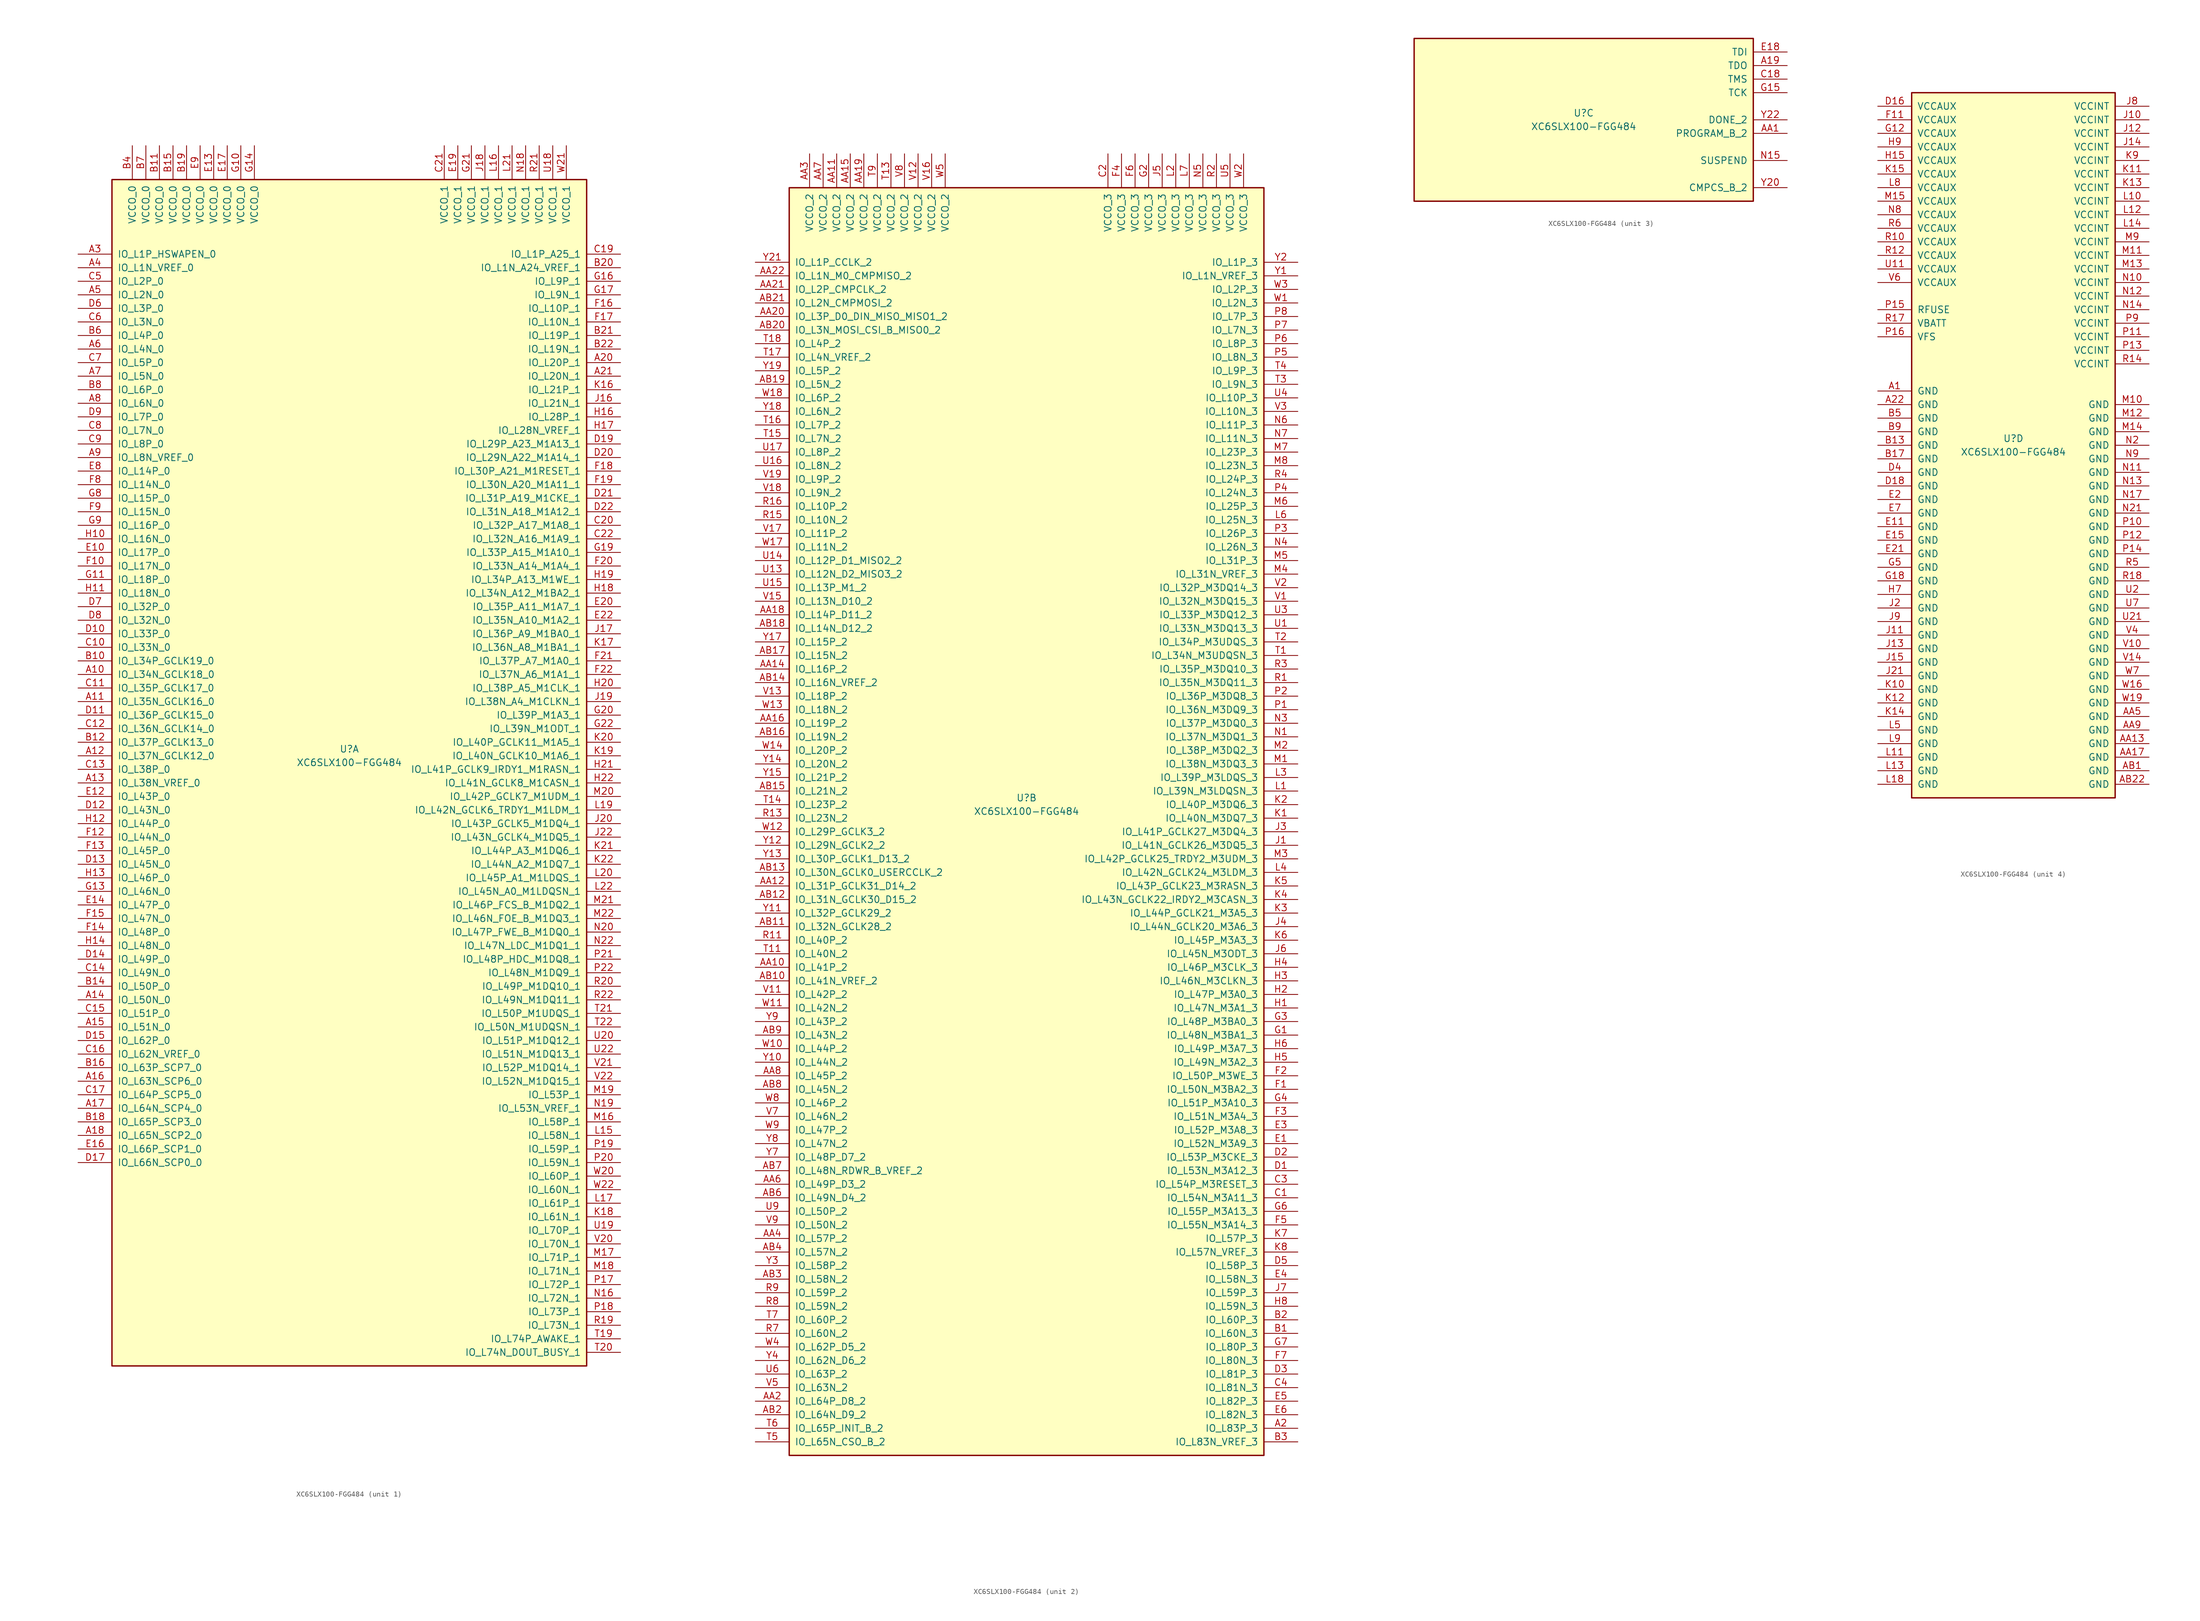
<source format=kicad_sym>
(kicad_symbol_lib
  (version 20220914)
  (generator kicad_symbol_editor)
  (symbol "XC6SLX100-FGG484"
    (pin_names
      (offset 1.016))
    (property "Reference" "U"
      (at 0 1.27 0)
      (effects (font (size 1.27 1.27))))
    (property "Value" "XC6SLX100-FGG484"
      (at 0 -1.27 0)
      (effects (font (size 1.27 1.27))))
    (property "Datasheet" ""
      (at 0 0 0)
      (effects (font (size 1.27 1.27))))
    (property "ki_locked" ""
      (at 0 0 0)
      (effects (font (size 1.27 1.27))))
    (symbol "XC6SLX100-FGG484_1_1"
      (rectangle (start -44.45 107.95) (end 44.45 -114.3) (stroke (width 0.254) (type default)) (fill (type background)))
      (pin bidirectional line (at -50.8 15.24 0) (length 6.35) (name "IO_L34N_GCLK18_0" (effects (font (size 1.27 1.27)))) (number "A10" (effects (font (size 1.27 1.27)))))
      (pin bidirectional line (at -50.8 10.16 0) (length 6.35) (name "IO_L35N_GCLK16_0" (effects (font (size 1.27 1.27)))) (number "A11" (effects (font (size 1.27 1.27)))))
      (pin bidirectional line (at -50.8 0 0) (length 6.35) (name "IO_L37N_GCLK12_0" (effects (font (size 1.27 1.27)))) (number "A12" (effects (font (size 1.27 1.27)))))
      (pin bidirectional line (at -50.8 -5.08 0) (length 6.35) (name "IO_L38N_VREF_0" (effects (font (size 1.27 1.27)))) (number "A13" (effects (font (size 1.27 1.27)))))
      (pin bidirectional line (at -50.8 -45.72 0) (length 6.35) (name "IO_L50N_0" (effects (font (size 1.27 1.27)))) (number "A14" (effects (font (size 1.27 1.27)))))
      (pin bidirectional line (at -50.8 -50.8 0) (length 6.35) (name "IO_L51N_0" (effects (font (size 1.27 1.27)))) (number "A15" (effects (font (size 1.27 1.27)))))
      (pin bidirectional line (at -50.8 -60.96 0) (length 6.35) (name "IO_L63N_SCP6_0" (effects (font (size 1.27 1.27)))) (number "A16" (effects (font (size 1.27 1.27)))))
      (pin bidirectional line (at -50.8 -66.04 0) (length 6.35) (name "IO_L64N_SCP4_0" (effects (font (size 1.27 1.27)))) (number "A17" (effects (font (size 1.27 1.27)))))
      (pin bidirectional line (at -50.8 -71.12 0) (length 6.35) (name "IO_L65N_SCP2_0" (effects (font (size 1.27 1.27)))) (number "A18" (effects (font (size 1.27 1.27)))))
      (pin bidirectional line (at 50.8 73.66 180) (length 6.35) (name "IO_L20P_1" (effects (font (size 1.27 1.27)))) (number "A20" (effects (font (size 1.27 1.27)))))
      (pin bidirectional line (at 50.8 71.12 180) (length 6.35) (name "IO_L20N_1" (effects (font (size 1.27 1.27)))) (number "A21" (effects (font (size 1.27 1.27)))))
      (pin bidirectional line (at -50.8 93.98 0) (length 6.35) (name "IO_L1P_HSWAPEN_0" (effects (font (size 1.27 1.27)))) (number "A3" (effects (font (size 1.27 1.27)))))
      (pin bidirectional line (at -50.8 91.44 0) (length 6.35) (name "IO_L1N_VREF_0" (effects (font (size 1.27 1.27)))) (number "A4" (effects (font (size 1.27 1.27)))))
      (pin bidirectional line (at -50.8 86.36 0) (length 6.35) (name "IO_L2N_0" (effects (font (size 1.27 1.27)))) (number "A5" (effects (font (size 1.27 1.27)))))
      (pin bidirectional line (at -50.8 76.2 0) (length 6.35) (name "IO_L4N_0" (effects (font (size 1.27 1.27)))) (number "A6" (effects (font (size 1.27 1.27)))))
      (pin bidirectional line (at -50.8 71.12 0) (length 6.35) (name "IO_L5N_0" (effects (font (size 1.27 1.27)))) (number "A7" (effects (font (size 1.27 1.27)))))
      (pin bidirectional line (at -50.8 66.04 0) (length 6.35) (name "IO_L6N_0" (effects (font (size 1.27 1.27)))) (number "A8" (effects (font (size 1.27 1.27)))))
      (pin bidirectional line (at -50.8 55.88 0) (length 6.35) (name "IO_L8N_VREF_0" (effects (font (size 1.27 1.27)))) (number "A9" (effects (font (size 1.27 1.27)))))
      (pin bidirectional line (at -50.8 17.78 0) (length 6.35) (name "IO_L34P_GCLK19_0" (effects (font (size 1.27 1.27)))) (number "B10" (effects (font (size 1.27 1.27)))))
      (pin power_in line (at -35.56 114.3 270) (length 6.35) (name "VCCO_0" (effects (font (size 1.27 1.27)))) (number "B11" (effects (font (size 1.27 1.27)))))
      (pin bidirectional line (at -50.8 2.54 0) (length 6.35) (name "IO_L37P_GCLK13_0" (effects (font (size 1.27 1.27)))) (number "B12" (effects (font (size 1.27 1.27)))))
      (pin bidirectional line (at -50.8 -43.18 0) (length 6.35) (name "IO_L50P_0" (effects (font (size 1.27 1.27)))) (number "B14" (effects (font (size 1.27 1.27)))))
      (pin power_in line (at -33.02 114.3 270) (length 6.35) (name "VCCO_0" (effects (font (size 1.27 1.27)))) (number "B15" (effects (font (size 1.27 1.27)))))
      (pin bidirectional line (at -50.8 -58.42 0) (length 6.35) (name "IO_L63P_SCP7_0" (effects (font (size 1.27 1.27)))) (number "B16" (effects (font (size 1.27 1.27)))))
      (pin bidirectional line (at -50.8 -68.58 0) (length 6.35) (name "IO_L65P_SCP3_0" (effects (font (size 1.27 1.27)))) (number "B18" (effects (font (size 1.27 1.27)))))
      (pin power_in line (at -30.48 114.3 270) (length 6.35) (name "VCCO_0" (effects (font (size 1.27 1.27)))) (number "B19" (effects (font (size 1.27 1.27)))))
      (pin bidirectional line (at 50.8 91.44 180) (length 6.35) (name "IO_L1N_A24_VREF_1" (effects (font (size 1.27 1.27)))) (number "B20" (effects (font (size 1.27 1.27)))))
      (pin bidirectional line (at 50.8 78.74 180) (length 6.35) (name "IO_L19P_1" (effects (font (size 1.27 1.27)))) (number "B21" (effects (font (size 1.27 1.27)))))
      (pin bidirectional line (at 50.8 76.2 180) (length 6.35) (name "IO_L19N_1" (effects (font (size 1.27 1.27)))) (number "B22" (effects (font (size 1.27 1.27)))))
      (pin power_in line (at -40.64 114.3 270) (length 6.35) (name "VCCO_0" (effects (font (size 1.27 1.27)))) (number "B4" (effects (font (size 1.27 1.27)))))
      (pin bidirectional line (at -50.8 78.74 0) (length 6.35) (name "IO_L4P_0" (effects (font (size 1.27 1.27)))) (number "B6" (effects (font (size 1.27 1.27)))))
      (pin power_in line (at -38.1 114.3 270) (length 6.35) (name "VCCO_0" (effects (font (size 1.27 1.27)))) (number "B7" (effects (font (size 1.27 1.27)))))
      (pin bidirectional line (at -50.8 68.58 0) (length 6.35) (name "IO_L6P_0" (effects (font (size 1.27 1.27)))) (number "B8" (effects (font (size 1.27 1.27)))))
      (pin bidirectional line (at -50.8 20.32 0) (length 6.35) (name "IO_L33N_0" (effects (font (size 1.27 1.27)))) (number "C10" (effects (font (size 1.27 1.27)))))
      (pin bidirectional line (at -50.8 12.7 0) (length 6.35) (name "IO_L35P_GCLK17_0" (effects (font (size 1.27 1.27)))) (number "C11" (effects (font (size 1.27 1.27)))))
      (pin bidirectional line (at -50.8 5.08 0) (length 6.35) (name "IO_L36N_GCLK14_0" (effects (font (size 1.27 1.27)))) (number "C12" (effects (font (size 1.27 1.27)))))
      (pin bidirectional line (at -50.8 -2.54 0) (length 6.35) (name "IO_L38P_0" (effects (font (size 1.27 1.27)))) (number "C13" (effects (font (size 1.27 1.27)))))
      (pin bidirectional line (at -50.8 -40.64 0) (length 6.35) (name "IO_L49N_0" (effects (font (size 1.27 1.27)))) (number "C14" (effects (font (size 1.27 1.27)))))
      (pin bidirectional line (at -50.8 -48.26 0) (length 6.35) (name "IO_L51P_0" (effects (font (size 1.27 1.27)))) (number "C15" (effects (font (size 1.27 1.27)))))
      (pin bidirectional line (at -50.8 -55.88 0) (length 6.35) (name "IO_L62N_VREF_0" (effects (font (size 1.27 1.27)))) (number "C16" (effects (font (size 1.27 1.27)))))
      (pin bidirectional line (at -50.8 -63.5 0) (length 6.35) (name "IO_L64P_SCP5_0" (effects (font (size 1.27 1.27)))) (number "C17" (effects (font (size 1.27 1.27)))))
      (pin bidirectional line (at 50.8 93.98 180) (length 6.35) (name "IO_L1P_A25_1" (effects (font (size 1.27 1.27)))) (number "C19" (effects (font (size 1.27 1.27)))))
      (pin bidirectional line (at 50.8 43.18 180) (length 6.35) (name "IO_L32P_A17_M1A8_1" (effects (font (size 1.27 1.27)))) (number "C20" (effects (font (size 1.27 1.27)))))
      (pin power_in line (at 17.78 114.3 270) (length 6.35) (name "VCCO_1" (effects (font (size 1.27 1.27)))) (number "C21" (effects (font (size 1.27 1.27)))))
      (pin bidirectional line (at 50.8 40.64 180) (length 6.35) (name "IO_L32N_A16_M1A9_1" (effects (font (size 1.27 1.27)))) (number "C22" (effects (font (size 1.27 1.27)))))
      (pin bidirectional line (at -50.8 88.9 0) (length 6.35) (name "IO_L2P_0" (effects (font (size 1.27 1.27)))) (number "C5" (effects (font (size 1.27 1.27)))))
      (pin bidirectional line (at -50.8 81.28 0) (length 6.35) (name "IO_L3N_0" (effects (font (size 1.27 1.27)))) (number "C6" (effects (font (size 1.27 1.27)))))
      (pin bidirectional line (at -50.8 73.66 0) (length 6.35) (name "IO_L5P_0" (effects (font (size 1.27 1.27)))) (number "C7" (effects (font (size 1.27 1.27)))))
      (pin bidirectional line (at -50.8 60.96 0) (length 6.35) (name "IO_L7N_0" (effects (font (size 1.27 1.27)))) (number "C8" (effects (font (size 1.27 1.27)))))
      (pin bidirectional line (at -50.8 58.42 0) (length 6.35) (name "IO_L8P_0" (effects (font (size 1.27 1.27)))) (number "C9" (effects (font (size 1.27 1.27)))))
      (pin bidirectional line (at -50.8 22.86 0) (length 6.35) (name "IO_L33P_0" (effects (font (size 1.27 1.27)))) (number "D10" (effects (font (size 1.27 1.27)))))
      (pin bidirectional line (at -50.8 7.62 0) (length 6.35) (name "IO_L36P_GCLK15_0" (effects (font (size 1.27 1.27)))) (number "D11" (effects (font (size 1.27 1.27)))))
      (pin bidirectional line (at -50.8 -10.16 0) (length 6.35) (name "IO_L43N_0" (effects (font (size 1.27 1.27)))) (number "D12" (effects (font (size 1.27 1.27)))))
      (pin bidirectional line (at -50.8 -20.32 0) (length 6.35) (name "IO_L45N_0" (effects (font (size 1.27 1.27)))) (number "D13" (effects (font (size 1.27 1.27)))))
      (pin bidirectional line (at -50.8 -38.1 0) (length 6.35) (name "IO_L49P_0" (effects (font (size 1.27 1.27)))) (number "D14" (effects (font (size 1.27 1.27)))))
      (pin bidirectional line (at -50.8 -53.34 0) (length 6.35) (name "IO_L62P_0" (effects (font (size 1.27 1.27)))) (number "D15" (effects (font (size 1.27 1.27)))))
      (pin bidirectional line (at -50.8 -76.2 0) (length 6.35) (name "IO_L66N_SCP0_0" (effects (font (size 1.27 1.27)))) (number "D17" (effects (font (size 1.27 1.27)))))
      (pin bidirectional line (at 50.8 58.42 180) (length 6.35) (name "IO_L29P_A23_M1A13_1" (effects (font (size 1.27 1.27)))) (number "D19" (effects (font (size 1.27 1.27)))))
      (pin bidirectional line (at 50.8 55.88 180) (length 6.35) (name "IO_L29N_A22_M1A14_1" (effects (font (size 1.27 1.27)))) (number "D20" (effects (font (size 1.27 1.27)))))
      (pin bidirectional line (at 50.8 48.26 180) (length 6.35) (name "IO_L31P_A19_M1CKE_1" (effects (font (size 1.27 1.27)))) (number "D21" (effects (font (size 1.27 1.27)))))
      (pin bidirectional line (at 50.8 45.72 180) (length 6.35) (name "IO_L31N_A18_M1A12_1" (effects (font (size 1.27 1.27)))) (number "D22" (effects (font (size 1.27 1.27)))))
      (pin bidirectional line (at -50.8 83.82 0) (length 6.35) (name "IO_L3P_0" (effects (font (size 1.27 1.27)))) (number "D6" (effects (font (size 1.27 1.27)))))
      (pin bidirectional line (at -50.8 27.94 0) (length 6.35) (name "IO_L32P_0" (effects (font (size 1.27 1.27)))) (number "D7" (effects (font (size 1.27 1.27)))))
      (pin bidirectional line (at -50.8 25.4 0) (length 6.35) (name "IO_L32N_0" (effects (font (size 1.27 1.27)))) (number "D8" (effects (font (size 1.27 1.27)))))
      (pin bidirectional line (at -50.8 63.5 0) (length 6.35) (name "IO_L7P_0" (effects (font (size 1.27 1.27)))) (number "D9" (effects (font (size 1.27 1.27)))))
      (pin bidirectional line (at -50.8 38.1 0) (length 6.35) (name "IO_L17P_0" (effects (font (size 1.27 1.27)))) (number "E10" (effects (font (size 1.27 1.27)))))
      (pin bidirectional line (at -50.8 -7.62 0) (length 6.35) (name "IO_L43P_0" (effects (font (size 1.27 1.27)))) (number "E12" (effects (font (size 1.27 1.27)))))
      (pin power_in line (at -25.4 114.3 270) (length 6.35) (name "VCCO_0" (effects (font (size 1.27 1.27)))) (number "E13" (effects (font (size 1.27 1.27)))))
      (pin bidirectional line (at -50.8 -27.94 0) (length 6.35) (name "IO_L47P_0" (effects (font (size 1.27 1.27)))) (number "E14" (effects (font (size 1.27 1.27)))))
      (pin bidirectional line (at -50.8 -73.66 0) (length 6.35) (name "IO_L66P_SCP1_0" (effects (font (size 1.27 1.27)))) (number "E16" (effects (font (size 1.27 1.27)))))
      (pin power_in line (at -22.86 114.3 270) (length 6.35) (name "VCCO_0" (effects (font (size 1.27 1.27)))) (number "E17" (effects (font (size 1.27 1.27)))))
      (pin power_in line (at 20.32 114.3 270) (length 6.35) (name "VCCO_1" (effects (font (size 1.27 1.27)))) (number "E19" (effects (font (size 1.27 1.27)))))
      (pin bidirectional line (at 50.8 27.94 180) (length 6.35) (name "IO_L35P_A11_M1A7_1" (effects (font (size 1.27 1.27)))) (number "E20" (effects (font (size 1.27 1.27)))))
      (pin bidirectional line (at 50.8 25.4 180) (length 6.35) (name "IO_L35N_A10_M1A2_1" (effects (font (size 1.27 1.27)))) (number "E22" (effects (font (size 1.27 1.27)))))
      (pin bidirectional line (at -50.8 53.34 0) (length 6.35) (name "IO_L14P_0" (effects (font (size 1.27 1.27)))) (number "E8" (effects (font (size 1.27 1.27)))))
      (pin power_in line (at -27.94 114.3 270) (length 6.35) (name "VCCO_0" (effects (font (size 1.27 1.27)))) (number "E9" (effects (font (size 1.27 1.27)))))
      (pin bidirectional line (at -50.8 35.56 0) (length 6.35) (name "IO_L17N_0" (effects (font (size 1.27 1.27)))) (number "F10" (effects (font (size 1.27 1.27)))))
      (pin bidirectional line (at -50.8 -15.24 0) (length 6.35) (name "IO_L44N_0" (effects (font (size 1.27 1.27)))) (number "F12" (effects (font (size 1.27 1.27)))))
      (pin bidirectional line (at -50.8 -17.78 0) (length 6.35) (name "IO_L45P_0" (effects (font (size 1.27 1.27)))) (number "F13" (effects (font (size 1.27 1.27)))))
      (pin bidirectional line (at -50.8 -33.02 0) (length 6.35) (name "IO_L48P_0" (effects (font (size 1.27 1.27)))) (number "F14" (effects (font (size 1.27 1.27)))))
      (pin bidirectional line (at -50.8 -30.48 0) (length 6.35) (name "IO_L47N_0" (effects (font (size 1.27 1.27)))) (number "F15" (effects (font (size 1.27 1.27)))))
      (pin bidirectional line (at 50.8 83.82 180) (length 6.35) (name "IO_L10P_1" (effects (font (size 1.27 1.27)))) (number "F16" (effects (font (size 1.27 1.27)))))
      (pin bidirectional line (at 50.8 81.28 180) (length 6.35) (name "IO_L10N_1" (effects (font (size 1.27 1.27)))) (number "F17" (effects (font (size 1.27 1.27)))))
      (pin bidirectional line (at 50.8 53.34 180) (length 6.35) (name "IO_L30P_A21_M1RESET_1" (effects (font (size 1.27 1.27)))) (number "F18" (effects (font (size 1.27 1.27)))))
      (pin bidirectional line (at 50.8 50.8 180) (length 6.35) (name "IO_L30N_A20_M1A11_1" (effects (font (size 1.27 1.27)))) (number "F19" (effects (font (size 1.27 1.27)))))
      (pin bidirectional line (at 50.8 35.56 180) (length 6.35) (name "IO_L33N_A14_M1A4_1" (effects (font (size 1.27 1.27)))) (number "F20" (effects (font (size 1.27 1.27)))))
      (pin bidirectional line (at 50.8 17.78 180) (length 6.35) (name "IO_L37P_A7_M1A0_1" (effects (font (size 1.27 1.27)))) (number "F21" (effects (font (size 1.27 1.27)))))
      (pin bidirectional line (at 50.8 15.24 180) (length 6.35) (name "IO_L37N_A6_M1A1_1" (effects (font (size 1.27 1.27)))) (number "F22" (effects (font (size 1.27 1.27)))))
      (pin bidirectional line (at -50.8 50.8 0) (length 6.35) (name "IO_L14N_0" (effects (font (size 1.27 1.27)))) (number "F8" (effects (font (size 1.27 1.27)))))
      (pin bidirectional line (at -50.8 45.72 0) (length 6.35) (name "IO_L15N_0" (effects (font (size 1.27 1.27)))) (number "F9" (effects (font (size 1.27 1.27)))))
      (pin power_in line (at -20.32 114.3 270) (length 6.35) (name "VCCO_0" (effects (font (size 1.27 1.27)))) (number "G10" (effects (font (size 1.27 1.27)))))
      (pin bidirectional line (at -50.8 33.02 0) (length 6.35) (name "IO_L18P_0" (effects (font (size 1.27 1.27)))) (number "G11" (effects (font (size 1.27 1.27)))))
      (pin bidirectional line (at -50.8 -25.4 0) (length 6.35) (name "IO_L46N_0" (effects (font (size 1.27 1.27)))) (number "G13" (effects (font (size 1.27 1.27)))))
      (pin power_in line (at -17.78 114.3 270) (length 6.35) (name "VCCO_0" (effects (font (size 1.27 1.27)))) (number "G14" (effects (font (size 1.27 1.27)))))
      (pin bidirectional line (at 50.8 88.9 180) (length 6.35) (name "IO_L9P_1" (effects (font (size 1.27 1.27)))) (number "G16" (effects (font (size 1.27 1.27)))))
      (pin bidirectional line (at 50.8 86.36 180) (length 6.35) (name "IO_L9N_1" (effects (font (size 1.27 1.27)))) (number "G17" (effects (font (size 1.27 1.27)))))
      (pin bidirectional line (at 50.8 38.1 180) (length 6.35) (name "IO_L33P_A15_M1A10_1" (effects (font (size 1.27 1.27)))) (number "G19" (effects (font (size 1.27 1.27)))))
      (pin bidirectional line (at 50.8 7.62 180) (length 6.35) (name "IO_L39P_M1A3_1" (effects (font (size 1.27 1.27)))) (number "G20" (effects (font (size 1.27 1.27)))))
      (pin power_in line (at 22.86 114.3 270) (length 6.35) (name "VCCO_1" (effects (font (size 1.27 1.27)))) (number "G21" (effects (font (size 1.27 1.27)))))
      (pin bidirectional line (at 50.8 5.08 180) (length 6.35) (name "IO_L39N_M1ODT_1" (effects (font (size 1.27 1.27)))) (number "G22" (effects (font (size 1.27 1.27)))))
      (pin bidirectional line (at -50.8 48.26 0) (length 6.35) (name "IO_L15P_0" (effects (font (size 1.27 1.27)))) (number "G8" (effects (font (size 1.27 1.27)))))
      (pin bidirectional line (at -50.8 43.18 0) (length 6.35) (name "IO_L16P_0" (effects (font (size 1.27 1.27)))) (number "G9" (effects (font (size 1.27 1.27)))))
      (pin bidirectional line (at -50.8 40.64 0) (length 6.35) (name "IO_L16N_0" (effects (font (size 1.27 1.27)))) (number "H10" (effects (font (size 1.27 1.27)))))
      (pin bidirectional line (at -50.8 30.48 0) (length 6.35) (name "IO_L18N_0" (effects (font (size 1.27 1.27)))) (number "H11" (effects (font (size 1.27 1.27)))))
      (pin bidirectional line (at -50.8 -12.7 0) (length 6.35) (name "IO_L44P_0" (effects (font (size 1.27 1.27)))) (number "H12" (effects (font (size 1.27 1.27)))))
      (pin bidirectional line (at -50.8 -22.86 0) (length 6.35) (name "IO_L46P_0" (effects (font (size 1.27 1.27)))) (number "H13" (effects (font (size 1.27 1.27)))))
      (pin bidirectional line (at -50.8 -35.56 0) (length 6.35) (name "IO_L48N_0" (effects (font (size 1.27 1.27)))) (number "H14" (effects (font (size 1.27 1.27)))))
      (pin bidirectional line (at 50.8 63.5 180) (length 6.35) (name "IO_L28P_1" (effects (font (size 1.27 1.27)))) (number "H16" (effects (font (size 1.27 1.27)))))
      (pin bidirectional line (at 50.8 60.96 180) (length 6.35) (name "IO_L28N_VREF_1" (effects (font (size 1.27 1.27)))) (number "H17" (effects (font (size 1.27 1.27)))))
      (pin bidirectional line (at 50.8 30.48 180) (length 6.35) (name "IO_L34N_A12_M1BA2_1" (effects (font (size 1.27 1.27)))) (number "H18" (effects (font (size 1.27 1.27)))))
      (pin bidirectional line (at 50.8 33.02 180) (length 6.35) (name "IO_L34P_A13_M1WE_1" (effects (font (size 1.27 1.27)))) (number "H19" (effects (font (size 1.27 1.27)))))
      (pin bidirectional line (at 50.8 12.7 180) (length 6.35) (name "IO_L38P_A5_M1CLK_1" (effects (font (size 1.27 1.27)))) (number "H20" (effects (font (size 1.27 1.27)))))
      (pin bidirectional line (at 50.8 -2.54 180) (length 6.35) (name "IO_L41P_GCLK9_IRDY1_M1RASN_1" (effects (font (size 1.27 1.27)))) (number "H21" (effects (font (size 1.27 1.27)))))
      (pin bidirectional line (at 50.8 -5.08 180) (length 6.35) (name "IO_L41N_GCLK8_M1CASN_1" (effects (font (size 1.27 1.27)))) (number "H22" (effects (font (size 1.27 1.27)))))
      (pin bidirectional line (at 50.8 66.04 180) (length 6.35) (name "IO_L21N_1" (effects (font (size 1.27 1.27)))) (number "J16" (effects (font (size 1.27 1.27)))))
      (pin bidirectional line (at 50.8 22.86 180) (length 6.35) (name "IO_L36P_A9_M1BA0_1" (effects (font (size 1.27 1.27)))) (number "J17" (effects (font (size 1.27 1.27)))))
      (pin power_in line (at 25.4 114.3 270) (length 6.35) (name "VCCO_1" (effects (font (size 1.27 1.27)))) (number "J18" (effects (font (size 1.27 1.27)))))
      (pin bidirectional line (at 50.8 10.16 180) (length 6.35) (name "IO_L38N_A4_M1CLKN_1" (effects (font (size 1.27 1.27)))) (number "J19" (effects (font (size 1.27 1.27)))))
      (pin bidirectional line (at 50.8 -12.7 180) (length 6.35) (name "IO_L43P_GCLK5_M1DQ4_1" (effects (font (size 1.27 1.27)))) (number "J20" (effects (font (size 1.27 1.27)))))
      (pin bidirectional line (at 50.8 -15.24 180) (length 6.35) (name "IO_L43N_GCLK4_M1DQ5_1" (effects (font (size 1.27 1.27)))) (number "J22" (effects (font (size 1.27 1.27)))))
      (pin bidirectional line (at 50.8 68.58 180) (length 6.35) (name "IO_L21P_1" (effects (font (size 1.27 1.27)))) (number "K16" (effects (font (size 1.27 1.27)))))
      (pin bidirectional line (at 50.8 20.32 180) (length 6.35) (name "IO_L36N_A8_M1BA1_1" (effects (font (size 1.27 1.27)))) (number "K17" (effects (font (size 1.27 1.27)))))
      (pin bidirectional line (at 50.8 -86.36 180) (length 6.35) (name "IO_L61N_1" (effects (font (size 1.27 1.27)))) (number "K18" (effects (font (size 1.27 1.27)))))
      (pin bidirectional line (at 50.8 0 180) (length 6.35) (name "IO_L40N_GCLK10_M1A6_1" (effects (font (size 1.27 1.27)))) (number "K19" (effects (font (size 1.27 1.27)))))
      (pin bidirectional line (at 50.8 2.54 180) (length 6.35) (name "IO_L40P_GCLK11_M1A5_1" (effects (font (size 1.27 1.27)))) (number "K20" (effects (font (size 1.27 1.27)))))
      (pin bidirectional line (at 50.8 -17.78 180) (length 6.35) (name "IO_L44P_A3_M1DQ6_1" (effects (font (size 1.27 1.27)))) (number "K21" (effects (font (size 1.27 1.27)))))
      (pin bidirectional line (at 50.8 -20.32 180) (length 6.35) (name "IO_L44N_A2_M1DQ7_1" (effects (font (size 1.27 1.27)))) (number "K22" (effects (font (size 1.27 1.27)))))
      (pin bidirectional line (at 50.8 -71.12 180) (length 6.35) (name "IO_L58N_1" (effects (font (size 1.27 1.27)))) (number "L15" (effects (font (size 1.27 1.27)))))
      (pin power_in line (at 27.94 114.3 270) (length 6.35) (name "VCCO_1" (effects (font (size 1.27 1.27)))) (number "L16" (effects (font (size 1.27 1.27)))))
      (pin bidirectional line (at 50.8 -83.82 180) (length 6.35) (name "IO_L61P_1" (effects (font (size 1.27 1.27)))) (number "L17" (effects (font (size 1.27 1.27)))))
      (pin bidirectional line (at 50.8 -10.16 180) (length 6.35) (name "IO_L42N_GCLK6_TRDY1_M1LDM_1" (effects (font (size 1.27 1.27)))) (number "L19" (effects (font (size 1.27 1.27)))))
      (pin bidirectional line (at 50.8 -22.86 180) (length 6.35) (name "IO_L45P_A1_M1LDQS_1" (effects (font (size 1.27 1.27)))) (number "L20" (effects (font (size 1.27 1.27)))))
      (pin power_in line (at 30.48 114.3 270) (length 6.35) (name "VCCO_1" (effects (font (size 1.27 1.27)))) (number "L21" (effects (font (size 1.27 1.27)))))
      (pin bidirectional line (at 50.8 -25.4 180) (length 6.35) (name "IO_L45N_A0_M1LDQSN_1" (effects (font (size 1.27 1.27)))) (number "L22" (effects (font (size 1.27 1.27)))))
      (pin bidirectional line (at 50.8 -68.58 180) (length 6.35) (name "IO_L58P_1" (effects (font (size 1.27 1.27)))) (number "M16" (effects (font (size 1.27 1.27)))))
      (pin bidirectional line (at 50.8 -93.98 180) (length 6.35) (name "IO_L71P_1" (effects (font (size 1.27 1.27)))) (number "M17" (effects (font (size 1.27 1.27)))))
      (pin bidirectional line (at 50.8 -96.52 180) (length 6.35) (name "IO_L71N_1" (effects (font (size 1.27 1.27)))) (number "M18" (effects (font (size 1.27 1.27)))))
      (pin bidirectional line (at 50.8 -63.5 180) (length 6.35) (name "IO_L53P_1" (effects (font (size 1.27 1.27)))) (number "M19" (effects (font (size 1.27 1.27)))))
      (pin bidirectional line (at 50.8 -7.62 180) (length 6.35) (name "IO_L42P_GCLK7_M1UDM_1" (effects (font (size 1.27 1.27)))) (number "M20" (effects (font (size 1.27 1.27)))))
      (pin bidirectional line (at 50.8 -27.94 180) (length 6.35) (name "IO_L46P_FCS_B_M1DQ2_1" (effects (font (size 1.27 1.27)))) (number "M21" (effects (font (size 1.27 1.27)))))
      (pin bidirectional line (at 50.8 -30.48 180) (length 6.35) (name "IO_L46N_FOE_B_M1DQ3_1" (effects (font (size 1.27 1.27)))) (number "M22" (effects (font (size 1.27 1.27)))))
      (pin bidirectional line (at 50.8 -101.6 180) (length 6.35) (name "IO_L72N_1" (effects (font (size 1.27 1.27)))) (number "N16" (effects (font (size 1.27 1.27)))))
      (pin power_in line (at 33.02 114.3 270) (length 6.35) (name "VCCO_1" (effects (font (size 1.27 1.27)))) (number "N18" (effects (font (size 1.27 1.27)))))
      (pin bidirectional line (at 50.8 -66.04 180) (length 6.35) (name "IO_L53N_VREF_1" (effects (font (size 1.27 1.27)))) (number "N19" (effects (font (size 1.27 1.27)))))
      (pin bidirectional line (at 50.8 -33.02 180) (length 6.35) (name "IO_L47P_FWE_B_M1DQ0_1" (effects (font (size 1.27 1.27)))) (number "N20" (effects (font (size 1.27 1.27)))))
      (pin bidirectional line (at 50.8 -35.56 180) (length 6.35) (name "IO_L47N_LDC_M1DQ1_1" (effects (font (size 1.27 1.27)))) (number "N22" (effects (font (size 1.27 1.27)))))
      (pin bidirectional line (at 50.8 -99.06 180) (length 6.35) (name "IO_L72P_1" (effects (font (size 1.27 1.27)))) (number "P17" (effects (font (size 1.27 1.27)))))
      (pin bidirectional line (at 50.8 -104.14 180) (length 6.35) (name "IO_L73P_1" (effects (font (size 1.27 1.27)))) (number "P18" (effects (font (size 1.27 1.27)))))
      (pin bidirectional line (at 50.8 -73.66 180) (length 6.35) (name "IO_L59P_1" (effects (font (size 1.27 1.27)))) (number "P19" (effects (font (size 1.27 1.27)))))
      (pin bidirectional line (at 50.8 -76.2 180) (length 6.35) (name "IO_L59N_1" (effects (font (size 1.27 1.27)))) (number "P20" (effects (font (size 1.27 1.27)))))
      (pin bidirectional line (at 50.8 -38.1 180) (length 6.35) (name "IO_L48P_HDC_M1DQ8_1" (effects (font (size 1.27 1.27)))) (number "P21" (effects (font (size 1.27 1.27)))))
      (pin bidirectional line (at 50.8 -40.64 180) (length 6.35) (name "IO_L48N_M1DQ9_1" (effects (font (size 1.27 1.27)))) (number "P22" (effects (font (size 1.27 1.27)))))
      (pin bidirectional line (at 50.8 -106.68 180) (length 6.35) (name "IO_L73N_1" (effects (font (size 1.27 1.27)))) (number "R19" (effects (font (size 1.27 1.27)))))
      (pin bidirectional line (at 50.8 -43.18 180) (length 6.35) (name "IO_L49P_M1DQ10_1" (effects (font (size 1.27 1.27)))) (number "R20" (effects (font (size 1.27 1.27)))))
      (pin power_in line (at 35.56 114.3 270) (length 6.35) (name "VCCO_1" (effects (font (size 1.27 1.27)))) (number "R21" (effects (font (size 1.27 1.27)))))
      (pin bidirectional line (at 50.8 -45.72 180) (length 6.35) (name "IO_L49N_M1DQ11_1" (effects (font (size 1.27 1.27)))) (number "R22" (effects (font (size 1.27 1.27)))))
      (pin bidirectional line (at 50.8 -109.22 180) (length 6.35) (name "IO_L74P_AWAKE_1" (effects (font (size 1.27 1.27)))) (number "T19" (effects (font (size 1.27 1.27)))))
      (pin bidirectional line (at 50.8 -111.76 180) (length 6.35) (name "IO_L74N_DOUT_BUSY_1" (effects (font (size 1.27 1.27)))) (number "T20" (effects (font (size 1.27 1.27)))))
      (pin bidirectional line (at 50.8 -48.26 180) (length 6.35) (name "IO_L50P_M1UDQS_1" (effects (font (size 1.27 1.27)))) (number "T21" (effects (font (size 1.27 1.27)))))
      (pin bidirectional line (at 50.8 -50.8 180) (length 6.35) (name "IO_L50N_M1UDQSN_1" (effects (font (size 1.27 1.27)))) (number "T22" (effects (font (size 1.27 1.27)))))
      (pin power_in line (at 38.1 114.3 270) (length 6.35) (name "VCCO_1" (effects (font (size 1.27 1.27)))) (number "U18" (effects (font (size 1.27 1.27)))))
      (pin bidirectional line (at 50.8 -88.9 180) (length 6.35) (name "IO_L70P_1" (effects (font (size 1.27 1.27)))) (number "U19" (effects (font (size 1.27 1.27)))))
      (pin bidirectional line (at 50.8 -53.34 180) (length 6.35) (name "IO_L51P_M1DQ12_1" (effects (font (size 1.27 1.27)))) (number "U20" (effects (font (size 1.27 1.27)))))
      (pin bidirectional line (at 50.8 -55.88 180) (length 6.35) (name "IO_L51N_M1DQ13_1" (effects (font (size 1.27 1.27)))) (number "U22" (effects (font (size 1.27 1.27)))))
      (pin bidirectional line (at 50.8 -91.44 180) (length 6.35) (name "IO_L70N_1" (effects (font (size 1.27 1.27)))) (number "V20" (effects (font (size 1.27 1.27)))))
      (pin bidirectional line (at 50.8 -58.42 180) (length 6.35) (name "IO_L52P_M1DQ14_1" (effects (font (size 1.27 1.27)))) (number "V21" (effects (font (size 1.27 1.27)))))
      (pin bidirectional line (at 50.8 -60.96 180) (length 6.35) (name "IO_L52N_M1DQ15_1" (effects (font (size 1.27 1.27)))) (number "V22" (effects (font (size 1.27 1.27)))))
      (pin bidirectional line (at 50.8 -78.74 180) (length 6.35) (name "IO_L60P_1" (effects (font (size 1.27 1.27)))) (number "W20" (effects (font (size 1.27 1.27)))))
      (pin power_in line (at 40.64 114.3 270) (length 6.35) (name "VCCO_1" (effects (font (size 1.27 1.27)))) (number "W21" (effects (font (size 1.27 1.27)))))
      (pin bidirectional line (at 50.8 -81.28 180) (length 6.35) (name "IO_L60N_1" (effects (font (size 1.27 1.27)))) (number "W22" (effects (font (size 1.27 1.27))))))
    (symbol "XC6SLX100-FGG484_2_1"
      (rectangle (start -44.45 115.57) (end 44.45 -121.92) (stroke (width 0.254) (type default)) (fill (type background)))
      (pin bidirectional line (at 50.8 -116.84 180) (length 6.35) (name "IO_L83P_3" (effects (font (size 1.27 1.27)))) (number "A2" (effects (font (size 1.27 1.27)))))
      (pin bidirectional line (at -50.8 -30.48 0) (length 6.35) (name "IO_L41P_2" (effects (font (size 1.27 1.27)))) (number "AA10" (effects (font (size 1.27 1.27)))))
      (pin power_in line (at -35.56 121.92 270) (length 6.35) (name "VCCO_2" (effects (font (size 1.27 1.27)))) (number "AA11" (effects (font (size 1.27 1.27)))))
      (pin bidirectional line (at -50.8 -15.24 0) (length 6.35) (name "IO_L31P_GCLK31_D14_2" (effects (font (size 1.27 1.27)))) (number "AA12" (effects (font (size 1.27 1.27)))))
      (pin bidirectional line (at -50.8 25.4 0) (length 6.35) (name "IO_L16P_2" (effects (font (size 1.27 1.27)))) (number "AA14" (effects (font (size 1.27 1.27)))))
      (pin power_in line (at -33.02 121.92 270) (length 6.35) (name "VCCO_2" (effects (font (size 1.27 1.27)))) (number "AA15" (effects (font (size 1.27 1.27)))))
      (pin bidirectional line (at -50.8 15.24 0) (length 6.35) (name "IO_L19P_2" (effects (font (size 1.27 1.27)))) (number "AA16" (effects (font (size 1.27 1.27)))))
      (pin bidirectional line (at -50.8 35.56 0) (length 6.35) (name "IO_L14P_D11_2" (effects (font (size 1.27 1.27)))) (number "AA18" (effects (font (size 1.27 1.27)))))
      (pin power_in line (at -30.48 121.92 270) (length 6.35) (name "VCCO_2" (effects (font (size 1.27 1.27)))) (number "AA19" (effects (font (size 1.27 1.27)))))
      (pin bidirectional line (at -50.8 -111.76 0) (length 6.35) (name "IO_L64P_D8_2" (effects (font (size 1.27 1.27)))) (number "AA2" (effects (font (size 1.27 1.27)))))
      (pin bidirectional line (at -50.8 91.44 0) (length 6.35) (name "IO_L3P_D0_DIN_MISO_MISO1_2" (effects (font (size 1.27 1.27)))) (number "AA20" (effects (font (size 1.27 1.27)))))
      (pin bidirectional line (at -50.8 96.52 0) (length 6.35) (name "IO_L2P_CMPCLK_2" (effects (font (size 1.27 1.27)))) (number "AA21" (effects (font (size 1.27 1.27)))))
      (pin bidirectional line (at -50.8 99.06 0) (length 6.35) (name "IO_L1N_M0_CMPMISO_2" (effects (font (size 1.27 1.27)))) (number "AA22" (effects (font (size 1.27 1.27)))))
      (pin power_in line (at -40.64 121.92 270) (length 6.35) (name "VCCO_2" (effects (font (size 1.27 1.27)))) (number "AA3" (effects (font (size 1.27 1.27)))))
      (pin bidirectional line (at -50.8 -81.28 0) (length 6.35) (name "IO_L57P_2" (effects (font (size 1.27 1.27)))) (number "AA4" (effects (font (size 1.27 1.27)))))
      (pin bidirectional line (at -50.8 -71.12 0) (length 6.35) (name "IO_L49P_D3_2" (effects (font (size 1.27 1.27)))) (number "AA6" (effects (font (size 1.27 1.27)))))
      (pin power_in line (at -38.1 121.92 270) (length 6.35) (name "VCCO_2" (effects (font (size 1.27 1.27)))) (number "AA7" (effects (font (size 1.27 1.27)))))
      (pin bidirectional line (at -50.8 -50.8 0) (length 6.35) (name "IO_L45P_2" (effects (font (size 1.27 1.27)))) (number "AA8" (effects (font (size 1.27 1.27)))))
      (pin bidirectional line (at -50.8 -33.02 0) (length 6.35) (name "IO_L41N_VREF_2" (effects (font (size 1.27 1.27)))) (number "AB10" (effects (font (size 1.27 1.27)))))
      (pin bidirectional line (at -50.8 -22.86 0) (length 6.35) (name "IO_L32N_GCLK28_2" (effects (font (size 1.27 1.27)))) (number "AB11" (effects (font (size 1.27 1.27)))))
      (pin bidirectional line (at -50.8 -17.78 0) (length 6.35) (name "IO_L31N_GCLK30_D15_2" (effects (font (size 1.27 1.27)))) (number "AB12" (effects (font (size 1.27 1.27)))))
      (pin bidirectional line (at -50.8 -12.7 0) (length 6.35) (name "IO_L30N_GCLK0_USERCCLK_2" (effects (font (size 1.27 1.27)))) (number "AB13" (effects (font (size 1.27 1.27)))))
      (pin bidirectional line (at -50.8 22.86 0) (length 6.35) (name "IO_L16N_VREF_2" (effects (font (size 1.27 1.27)))) (number "AB14" (effects (font (size 1.27 1.27)))))
      (pin bidirectional line (at -50.8 2.54 0) (length 6.35) (name "IO_L21N_2" (effects (font (size 1.27 1.27)))) (number "AB15" (effects (font (size 1.27 1.27)))))
      (pin bidirectional line (at -50.8 12.7 0) (length 6.35) (name "IO_L19N_2" (effects (font (size 1.27 1.27)))) (number "AB16" (effects (font (size 1.27 1.27)))))
      (pin bidirectional line (at -50.8 27.94 0) (length 6.35) (name "IO_L15N_2" (effects (font (size 1.27 1.27)))) (number "AB17" (effects (font (size 1.27 1.27)))))
      (pin bidirectional line (at -50.8 33.02 0) (length 6.35) (name "IO_L14N_D12_2" (effects (font (size 1.27 1.27)))) (number "AB18" (effects (font (size 1.27 1.27)))))
      (pin bidirectional line (at -50.8 78.74 0) (length 6.35) (name "IO_L5N_2" (effects (font (size 1.27 1.27)))) (number "AB19" (effects (font (size 1.27 1.27)))))
      (pin bidirectional line (at -50.8 -114.3 0) (length 6.35) (name "IO_L64N_D9_2" (effects (font (size 1.27 1.27)))) (number "AB2" (effects (font (size 1.27 1.27)))))
      (pin bidirectional line (at -50.8 88.9 0) (length 6.35) (name "IO_L3N_MOSI_CSI_B_MISO0_2" (effects (font (size 1.27 1.27)))) (number "AB20" (effects (font (size 1.27 1.27)))))
      (pin bidirectional line (at -50.8 93.98 0) (length 6.35) (name "IO_L2N_CMPMOSI_2" (effects (font (size 1.27 1.27)))) (number "AB21" (effects (font (size 1.27 1.27)))))
      (pin bidirectional line (at -50.8 -88.9 0) (length 6.35) (name "IO_L58N_2" (effects (font (size 1.27 1.27)))) (number "AB3" (effects (font (size 1.27 1.27)))))
      (pin bidirectional line (at -50.8 -83.82 0) (length 6.35) (name "IO_L57N_2" (effects (font (size 1.27 1.27)))) (number "AB4" (effects (font (size 1.27 1.27)))))
      (pin bidirectional line (at -50.8 -73.66 0) (length 6.35) (name "IO_L49N_D4_2" (effects (font (size 1.27 1.27)))) (number "AB6" (effects (font (size 1.27 1.27)))))
      (pin bidirectional line (at -50.8 -68.58 0) (length 6.35) (name "IO_L48N_RDWR_B_VREF_2" (effects (font (size 1.27 1.27)))) (number "AB7" (effects (font (size 1.27 1.27)))))
      (pin bidirectional line (at -50.8 -53.34 0) (length 6.35) (name "IO_L45N_2" (effects (font (size 1.27 1.27)))) (number "AB8" (effects (font (size 1.27 1.27)))))
      (pin bidirectional line (at -50.8 -43.18 0) (length 6.35) (name "IO_L43N_2" (effects (font (size 1.27 1.27)))) (number "AB9" (effects (font (size 1.27 1.27)))))
      (pin bidirectional line (at 50.8 -99.06 180) (length 6.35) (name "IO_L60N_3" (effects (font (size 1.27 1.27)))) (number "B1" (effects (font (size 1.27 1.27)))))
      (pin bidirectional line (at 50.8 -96.52 180) (length 6.35) (name "IO_L60P_3" (effects (font (size 1.27 1.27)))) (number "B2" (effects (font (size 1.27 1.27)))))
      (pin bidirectional line (at 50.8 -119.38 180) (length 6.35) (name "IO_L83N_VREF_3" (effects (font (size 1.27 1.27)))) (number "B3" (effects (font (size 1.27 1.27)))))
      (pin bidirectional line (at 50.8 -73.66 180) (length 6.35) (name "IO_L54N_M3A11_3" (effects (font (size 1.27 1.27)))) (number "C1" (effects (font (size 1.27 1.27)))))
      (pin power_in line (at 15.24 121.92 270) (length 6.35) (name "VCCO_3" (effects (font (size 1.27 1.27)))) (number "C2" (effects (font (size 1.27 1.27)))))
      (pin bidirectional line (at 50.8 -71.12 180) (length 6.35) (name "IO_L54P_M3RESET_3" (effects (font (size 1.27 1.27)))) (number "C3" (effects (font (size 1.27 1.27)))))
      (pin bidirectional line (at 50.8 -109.22 180) (length 6.35) (name "IO_L81N_3" (effects (font (size 1.27 1.27)))) (number "C4" (effects (font (size 1.27 1.27)))))
      (pin bidirectional line (at 50.8 -68.58 180) (length 6.35) (name "IO_L53N_M3A12_3" (effects (font (size 1.27 1.27)))) (number "D1" (effects (font (size 1.27 1.27)))))
      (pin bidirectional line (at 50.8 -66.04 180) (length 6.35) (name "IO_L53P_M3CKE_3" (effects (font (size 1.27 1.27)))) (number "D2" (effects (font (size 1.27 1.27)))))
      (pin bidirectional line (at 50.8 -106.68 180) (length 6.35) (name "IO_L81P_3" (effects (font (size 1.27 1.27)))) (number "D3" (effects (font (size 1.27 1.27)))))
      (pin bidirectional line (at 50.8 -86.36 180) (length 6.35) (name "IO_L58P_3" (effects (font (size 1.27 1.27)))) (number "D5" (effects (font (size 1.27 1.27)))))
      (pin bidirectional line (at 50.8 -63.5 180) (length 6.35) (name "IO_L52N_M3A9_3" (effects (font (size 1.27 1.27)))) (number "E1" (effects (font (size 1.27 1.27)))))
      (pin bidirectional line (at 50.8 -60.96 180) (length 6.35) (name "IO_L52P_M3A8_3" (effects (font (size 1.27 1.27)))) (number "E3" (effects (font (size 1.27 1.27)))))
      (pin bidirectional line (at 50.8 -88.9 180) (length 6.35) (name "IO_L58N_3" (effects (font (size 1.27 1.27)))) (number "E4" (effects (font (size 1.27 1.27)))))
      (pin bidirectional line (at 50.8 -111.76 180) (length 6.35) (name "IO_L82P_3" (effects (font (size 1.27 1.27)))) (number "E5" (effects (font (size 1.27 1.27)))))
      (pin bidirectional line (at 50.8 -114.3 180) (length 6.35) (name "IO_L82N_3" (effects (font (size 1.27 1.27)))) (number "E6" (effects (font (size 1.27 1.27)))))
      (pin bidirectional line (at 50.8 -53.34 180) (length 6.35) (name "IO_L50N_M3BA2_3" (effects (font (size 1.27 1.27)))) (number "F1" (effects (font (size 1.27 1.27)))))
      (pin bidirectional line (at 50.8 -50.8 180) (length 6.35) (name "IO_L50P_M3WE_3" (effects (font (size 1.27 1.27)))) (number "F2" (effects (font (size 1.27 1.27)))))
      (pin bidirectional line (at 50.8 -58.42 180) (length 6.35) (name "IO_L51N_M3A4_3" (effects (font (size 1.27 1.27)))) (number "F3" (effects (font (size 1.27 1.27)))))
      (pin power_in line (at 17.78 121.92 270) (length 6.35) (name "VCCO_3" (effects (font (size 1.27 1.27)))) (number "F4" (effects (font (size 1.27 1.27)))))
      (pin bidirectional line (at 50.8 -78.74 180) (length 6.35) (name "IO_L55N_M3A14_3" (effects (font (size 1.27 1.27)))) (number "F5" (effects (font (size 1.27 1.27)))))
      (pin power_in line (at 20.32 121.92 270) (length 6.35) (name "VCCO_3" (effects (font (size 1.27 1.27)))) (number "F6" (effects (font (size 1.27 1.27)))))
      (pin bidirectional line (at 50.8 -104.14 180) (length 6.35) (name "IO_L80N_3" (effects (font (size 1.27 1.27)))) (number "F7" (effects (font (size 1.27 1.27)))))
      (pin bidirectional line (at 50.8 -43.18 180) (length 6.35) (name "IO_L48N_M3BA1_3" (effects (font (size 1.27 1.27)))) (number "G1" (effects (font (size 1.27 1.27)))))
      (pin power_in line (at 22.86 121.92 270) (length 6.35) (name "VCCO_3" (effects (font (size 1.27 1.27)))) (number "G2" (effects (font (size 1.27 1.27)))))
      (pin bidirectional line (at 50.8 -40.64 180) (length 6.35) (name "IO_L48P_M3BA0_3" (effects (font (size 1.27 1.27)))) (number "G3" (effects (font (size 1.27 1.27)))))
      (pin bidirectional line (at 50.8 -55.88 180) (length 6.35) (name "IO_L51P_M3A10_3" (effects (font (size 1.27 1.27)))) (number "G4" (effects (font (size 1.27 1.27)))))
      (pin bidirectional line (at 50.8 -76.2 180) (length 6.35) (name "IO_L55P_M3A13_3" (effects (font (size 1.27 1.27)))) (number "G6" (effects (font (size 1.27 1.27)))))
      (pin bidirectional line (at 50.8 -101.6 180) (length 6.35) (name "IO_L80P_3" (effects (font (size 1.27 1.27)))) (number "G7" (effects (font (size 1.27 1.27)))))
      (pin bidirectional line (at 50.8 -38.1 180) (length 6.35) (name "IO_L47N_M3A1_3" (effects (font (size 1.27 1.27)))) (number "H1" (effects (font (size 1.27 1.27)))))
      (pin bidirectional line (at 50.8 -35.56 180) (length 6.35) (name "IO_L47P_M3A0_3" (effects (font (size 1.27 1.27)))) (number "H2" (effects (font (size 1.27 1.27)))))
      (pin bidirectional line (at 50.8 -33.02 180) (length 6.35) (name "IO_L46N_M3CLKN_3" (effects (font (size 1.27 1.27)))) (number "H3" (effects (font (size 1.27 1.27)))))
      (pin bidirectional line (at 50.8 -30.48 180) (length 6.35) (name "IO_L46P_M3CLK_3" (effects (font (size 1.27 1.27)))) (number "H4" (effects (font (size 1.27 1.27)))))
      (pin bidirectional line (at 50.8 -48.26 180) (length 6.35) (name "IO_L49N_M3A2_3" (effects (font (size 1.27 1.27)))) (number "H5" (effects (font (size 1.27 1.27)))))
      (pin bidirectional line (at 50.8 -45.72 180) (length 6.35) (name "IO_L49P_M3A7_3" (effects (font (size 1.27 1.27)))) (number "H6" (effects (font (size 1.27 1.27)))))
      (pin bidirectional line (at 50.8 -93.98 180) (length 6.35) (name "IO_L59N_3" (effects (font (size 1.27 1.27)))) (number "H8" (effects (font (size 1.27 1.27)))))
      (pin bidirectional line (at 50.8 -7.62 180) (length 6.35) (name "IO_L41N_GCLK26_M3DQ5_3" (effects (font (size 1.27 1.27)))) (number "J1" (effects (font (size 1.27 1.27)))))
      (pin bidirectional line (at 50.8 -5.08 180) (length 6.35) (name "IO_L41P_GCLK27_M3DQ4_3" (effects (font (size 1.27 1.27)))) (number "J3" (effects (font (size 1.27 1.27)))))
      (pin bidirectional line (at 50.8 -22.86 180) (length 6.35) (name "IO_L44N_GCLK20_M3A6_3" (effects (font (size 1.27 1.27)))) (number "J4" (effects (font (size 1.27 1.27)))))
      (pin power_in line (at 25.4 121.92 270) (length 6.35) (name "VCCO_3" (effects (font (size 1.27 1.27)))) (number "J5" (effects (font (size 1.27 1.27)))))
      (pin bidirectional line (at 50.8 -27.94 180) (length 6.35) (name "IO_L45N_M3ODT_3" (effects (font (size 1.27 1.27)))) (number "J6" (effects (font (size 1.27 1.27)))))
      (pin bidirectional line (at 50.8 -91.44 180) (length 6.35) (name "IO_L59P_3" (effects (font (size 1.27 1.27)))) (number "J7" (effects (font (size 1.27 1.27)))))
      (pin bidirectional line (at 50.8 -2.54 180) (length 6.35) (name "IO_L40N_M3DQ7_3" (effects (font (size 1.27 1.27)))) (number "K1" (effects (font (size 1.27 1.27)))))
      (pin bidirectional line (at 50.8 0 180) (length 6.35) (name "IO_L40P_M3DQ6_3" (effects (font (size 1.27 1.27)))) (number "K2" (effects (font (size 1.27 1.27)))))
      (pin bidirectional line (at 50.8 -20.32 180) (length 6.35) (name "IO_L44P_GCLK21_M3A5_3" (effects (font (size 1.27 1.27)))) (number "K3" (effects (font (size 1.27 1.27)))))
      (pin bidirectional line (at 50.8 -17.78 180) (length 6.35) (name "IO_L43N_GCLK22_IRDY2_M3CASN_3" (effects (font (size 1.27 1.27)))) (number "K4" (effects (font (size 1.27 1.27)))))
      (pin bidirectional line (at 50.8 -15.24 180) (length 6.35) (name "IO_L43P_GCLK23_M3RASN_3" (effects (font (size 1.27 1.27)))) (number "K5" (effects (font (size 1.27 1.27)))))
      (pin bidirectional line (at 50.8 -25.4 180) (length 6.35) (name "IO_L45P_M3A3_3" (effects (font (size 1.27 1.27)))) (number "K6" (effects (font (size 1.27 1.27)))))
      (pin bidirectional line (at 50.8 -81.28 180) (length 6.35) (name "IO_L57P_3" (effects (font (size 1.27 1.27)))) (number "K7" (effects (font (size 1.27 1.27)))))
      (pin bidirectional line (at 50.8 -83.82 180) (length 6.35) (name "IO_L57N_VREF_3" (effects (font (size 1.27 1.27)))) (number "K8" (effects (font (size 1.27 1.27)))))
      (pin bidirectional line (at 50.8 2.54 180) (length 6.35) (name "IO_L39N_M3LDQSN_3" (effects (font (size 1.27 1.27)))) (number "L1" (effects (font (size 1.27 1.27)))))
      (pin power_in line (at 27.94 121.92 270) (length 6.35) (name "VCCO_3" (effects (font (size 1.27 1.27)))) (number "L2" (effects (font (size 1.27 1.27)))))
      (pin bidirectional line (at 50.8 5.08 180) (length 6.35) (name "IO_L39P_M3LDQS_3" (effects (font (size 1.27 1.27)))) (number "L3" (effects (font (size 1.27 1.27)))))
      (pin bidirectional line (at 50.8 -12.7 180) (length 6.35) (name "IO_L42N_GCLK24_M3LDM_3" (effects (font (size 1.27 1.27)))) (number "L4" (effects (font (size 1.27 1.27)))))
      (pin bidirectional line (at 50.8 53.34 180) (length 6.35) (name "IO_L25N_3" (effects (font (size 1.27 1.27)))) (number "L6" (effects (font (size 1.27 1.27)))))
      (pin power_in line (at 30.48 121.92 270) (length 6.35) (name "VCCO_3" (effects (font (size 1.27 1.27)))) (number "L7" (effects (font (size 1.27 1.27)))))
      (pin bidirectional line (at 50.8 7.62 180) (length 6.35) (name "IO_L38N_M3DQ3_3" (effects (font (size 1.27 1.27)))) (number "M1" (effects (font (size 1.27 1.27)))))
      (pin bidirectional line (at 50.8 10.16 180) (length 6.35) (name "IO_L38P_M3DQ2_3" (effects (font (size 1.27 1.27)))) (number "M2" (effects (font (size 1.27 1.27)))))
      (pin bidirectional line (at 50.8 -10.16 180) (length 6.35) (name "IO_L42P_GCLK25_TRDY2_M3UDM_3" (effects (font (size 1.27 1.27)))) (number "M3" (effects (font (size 1.27 1.27)))))
      (pin bidirectional line (at 50.8 43.18 180) (length 6.35) (name "IO_L31N_VREF_3" (effects (font (size 1.27 1.27)))) (number "M4" (effects (font (size 1.27 1.27)))))
      (pin bidirectional line (at 50.8 45.72 180) (length 6.35) (name "IO_L31P_3" (effects (font (size 1.27 1.27)))) (number "M5" (effects (font (size 1.27 1.27)))))
      (pin bidirectional line (at 50.8 55.88 180) (length 6.35) (name "IO_L25P_3" (effects (font (size 1.27 1.27)))) (number "M6" (effects (font (size 1.27 1.27)))))
      (pin bidirectional line (at 50.8 66.04 180) (length 6.35) (name "IO_L23P_3" (effects (font (size 1.27 1.27)))) (number "M7" (effects (font (size 1.27 1.27)))))
      (pin bidirectional line (at 50.8 63.5 180) (length 6.35) (name "IO_L23N_3" (effects (font (size 1.27 1.27)))) (number "M8" (effects (font (size 1.27 1.27)))))
      (pin bidirectional line (at 50.8 12.7 180) (length 6.35) (name "IO_L37N_M3DQ1_3" (effects (font (size 1.27 1.27)))) (number "N1" (effects (font (size 1.27 1.27)))))
      (pin bidirectional line (at 50.8 15.24 180) (length 6.35) (name "IO_L37P_M3DQ0_3" (effects (font (size 1.27 1.27)))) (number "N3" (effects (font (size 1.27 1.27)))))
      (pin bidirectional line (at 50.8 48.26 180) (length 6.35) (name "IO_L26N_3" (effects (font (size 1.27 1.27)))) (number "N4" (effects (font (size 1.27 1.27)))))
      (pin power_in line (at 33.02 121.92 270) (length 6.35) (name "VCCO_3" (effects (font (size 1.27 1.27)))) (number "N5" (effects (font (size 1.27 1.27)))))
      (pin bidirectional line (at 50.8 71.12 180) (length 6.35) (name "IO_L11P_3" (effects (font (size 1.27 1.27)))) (number "N6" (effects (font (size 1.27 1.27)))))
      (pin bidirectional line (at 50.8 68.58 180) (length 6.35) (name "IO_L11N_3" (effects (font (size 1.27 1.27)))) (number "N7" (effects (font (size 1.27 1.27)))))
      (pin bidirectional line (at 50.8 17.78 180) (length 6.35) (name "IO_L36N_M3DQ9_3" (effects (font (size 1.27 1.27)))) (number "P1" (effects (font (size 1.27 1.27)))))
      (pin bidirectional line (at 50.8 20.32 180) (length 6.35) (name "IO_L36P_M3DQ8_3" (effects (font (size 1.27 1.27)))) (number "P2" (effects (font (size 1.27 1.27)))))
      (pin bidirectional line (at 50.8 50.8 180) (length 6.35) (name "IO_L26P_3" (effects (font (size 1.27 1.27)))) (number "P3" (effects (font (size 1.27 1.27)))))
      (pin bidirectional line (at 50.8 58.42 180) (length 6.35) (name "IO_L24N_3" (effects (font (size 1.27 1.27)))) (number "P4" (effects (font (size 1.27 1.27)))))
      (pin bidirectional line (at 50.8 83.82 180) (length 6.35) (name "IO_L8N_3" (effects (font (size 1.27 1.27)))) (number "P5" (effects (font (size 1.27 1.27)))))
      (pin bidirectional line (at 50.8 86.36 180) (length 6.35) (name "IO_L8P_3" (effects (font (size 1.27 1.27)))) (number "P6" (effects (font (size 1.27 1.27)))))
      (pin bidirectional line (at 50.8 88.9 180) (length 6.35) (name "IO_L7N_3" (effects (font (size 1.27 1.27)))) (number "P7" (effects (font (size 1.27 1.27)))))
      (pin bidirectional line (at 50.8 91.44 180) (length 6.35) (name "IO_L7P_3" (effects (font (size 1.27 1.27)))) (number "P8" (effects (font (size 1.27 1.27)))))
      (pin bidirectional line (at 50.8 22.86 180) (length 6.35) (name "IO_L35N_M3DQ11_3" (effects (font (size 1.27 1.27)))) (number "R1" (effects (font (size 1.27 1.27)))))
      (pin bidirectional line (at -50.8 -25.4 0) (length 6.35) (name "IO_L40P_2" (effects (font (size 1.27 1.27)))) (number "R11" (effects (font (size 1.27 1.27)))))
      (pin bidirectional line (at -50.8 -2.54 0) (length 6.35) (name "IO_L23N_2" (effects (font (size 1.27 1.27)))) (number "R13" (effects (font (size 1.27 1.27)))))
      (pin bidirectional line (at -50.8 53.34 0) (length 6.35) (name "IO_L10N_2" (effects (font (size 1.27 1.27)))) (number "R15" (effects (font (size 1.27 1.27)))))
      (pin bidirectional line (at -50.8 55.88 0) (length 6.35) (name "IO_L10P_2" (effects (font (size 1.27 1.27)))) (number "R16" (effects (font (size 1.27 1.27)))))
      (pin power_in line (at 35.56 121.92 270) (length 6.35) (name "VCCO_3" (effects (font (size 1.27 1.27)))) (number "R2" (effects (font (size 1.27 1.27)))))
      (pin bidirectional line (at 50.8 25.4 180) (length 6.35) (name "IO_L35P_M3DQ10_3" (effects (font (size 1.27 1.27)))) (number "R3" (effects (font (size 1.27 1.27)))))
      (pin bidirectional line (at 50.8 60.96 180) (length 6.35) (name "IO_L24P_3" (effects (font (size 1.27 1.27)))) (number "R4" (effects (font (size 1.27 1.27)))))
      (pin bidirectional line (at -50.8 -99.06 0) (length 6.35) (name "IO_L60N_2" (effects (font (size 1.27 1.27)))) (number "R7" (effects (font (size 1.27 1.27)))))
      (pin bidirectional line (at -50.8 -93.98 0) (length 6.35) (name "IO_L59N_2" (effects (font (size 1.27 1.27)))) (number "R8" (effects (font (size 1.27 1.27)))))
      (pin bidirectional line (at -50.8 -91.44 0) (length 6.35) (name "IO_L59P_2" (effects (font (size 1.27 1.27)))) (number "R9" (effects (font (size 1.27 1.27)))))
      (pin bidirectional line (at 50.8 27.94 180) (length 6.35) (name "IO_L34N_M3UDQSN_3" (effects (font (size 1.27 1.27)))) (number "T1" (effects (font (size 1.27 1.27)))))
      (pin bidirectional line (at -50.8 -27.94 0) (length 6.35) (name "IO_L40N_2" (effects (font (size 1.27 1.27)))) (number "T11" (effects (font (size 1.27 1.27)))))
      (pin power_in line (at -25.4 121.92 270) (length 6.35) (name "VCCO_2" (effects (font (size 1.27 1.27)))) (number "T13" (effects (font (size 1.27 1.27)))))
      (pin bidirectional line (at -50.8 0 0) (length 6.35) (name "IO_L23P_2" (effects (font (size 1.27 1.27)))) (number "T14" (effects (font (size 1.27 1.27)))))
      (pin bidirectional line (at -50.8 68.58 0) (length 6.35) (name "IO_L7N_2" (effects (font (size 1.27 1.27)))) (number "T15" (effects (font (size 1.27 1.27)))))
      (pin bidirectional line (at -50.8 71.12 0) (length 6.35) (name "IO_L7P_2" (effects (font (size 1.27 1.27)))) (number "T16" (effects (font (size 1.27 1.27)))))
      (pin bidirectional line (at -50.8 83.82 0) (length 6.35) (name "IO_L4N_VREF_2" (effects (font (size 1.27 1.27)))) (number "T17" (effects (font (size 1.27 1.27)))))
      (pin bidirectional line (at -50.8 86.36 0) (length 6.35) (name "IO_L4P_2" (effects (font (size 1.27 1.27)))) (number "T18" (effects (font (size 1.27 1.27)))))
      (pin bidirectional line (at 50.8 30.48 180) (length 6.35) (name "IO_L34P_M3UDQS_3" (effects (font (size 1.27 1.27)))) (number "T2" (effects (font (size 1.27 1.27)))))
      (pin bidirectional line (at 50.8 78.74 180) (length 6.35) (name "IO_L9N_3" (effects (font (size 1.27 1.27)))) (number "T3" (effects (font (size 1.27 1.27)))))
      (pin bidirectional line (at 50.8 81.28 180) (length 6.35) (name "IO_L9P_3" (effects (font (size 1.27 1.27)))) (number "T4" (effects (font (size 1.27 1.27)))))
      (pin bidirectional line (at -50.8 -119.38 0) (length 6.35) (name "IO_L65N_CSO_B_2" (effects (font (size 1.27 1.27)))) (number "T5" (effects (font (size 1.27 1.27)))))
      (pin bidirectional line (at -50.8 -116.84 0) (length 6.35) (name "IO_L65P_INIT_B_2" (effects (font (size 1.27 1.27)))) (number "T6" (effects (font (size 1.27 1.27)))))
      (pin bidirectional line (at -50.8 -96.52 0) (length 6.35) (name "IO_L60P_2" (effects (font (size 1.27 1.27)))) (number "T7" (effects (font (size 1.27 1.27)))))
      (pin power_in line (at -27.94 121.92 270) (length 6.35) (name "VCCO_2" (effects (font (size 1.27 1.27)))) (number "T9" (effects (font (size 1.27 1.27)))))
      (pin bidirectional line (at 50.8 33.02 180) (length 6.35) (name "IO_L33N_M3DQ13_3" (effects (font (size 1.27 1.27)))) (number "U1" (effects (font (size 1.27 1.27)))))
      (pin bidirectional line (at -50.8 43.18 0) (length 6.35) (name "IO_L12N_D2_MISO3_2" (effects (font (size 1.27 1.27)))) (number "U13" (effects (font (size 1.27 1.27)))))
      (pin bidirectional line (at -50.8 45.72 0) (length 6.35) (name "IO_L12P_D1_MISO2_2" (effects (font (size 1.27 1.27)))) (number "U14" (effects (font (size 1.27 1.27)))))
      (pin bidirectional line (at -50.8 40.64 0) (length 6.35) (name "IO_L13P_M1_2" (effects (font (size 1.27 1.27)))) (number "U15" (effects (font (size 1.27 1.27)))))
      (pin bidirectional line (at -50.8 63.5 0) (length 6.35) (name "IO_L8N_2" (effects (font (size 1.27 1.27)))) (number "U16" (effects (font (size 1.27 1.27)))))
      (pin bidirectional line (at -50.8 66.04 0) (length 6.35) (name "IO_L8P_2" (effects (font (size 1.27 1.27)))) (number "U17" (effects (font (size 1.27 1.27)))))
      (pin bidirectional line (at 50.8 35.56 180) (length 6.35) (name "IO_L33P_M3DQ12_3" (effects (font (size 1.27 1.27)))) (number "U3" (effects (font (size 1.27 1.27)))))
      (pin bidirectional line (at 50.8 76.2 180) (length 6.35) (name "IO_L10P_3" (effects (font (size 1.27 1.27)))) (number "U4" (effects (font (size 1.27 1.27)))))
      (pin power_in line (at 38.1 121.92 270) (length 6.35) (name "VCCO_3" (effects (font (size 1.27 1.27)))) (number "U5" (effects (font (size 1.27 1.27)))))
      (pin bidirectional line (at -50.8 -106.68 0) (length 6.35) (name "IO_L63P_2" (effects (font (size 1.27 1.27)))) (number "U6" (effects (font (size 1.27 1.27)))))
      (pin bidirectional line (at -50.8 -76.2 0) (length 6.35) (name "IO_L50P_2" (effects (font (size 1.27 1.27)))) (number "U9" (effects (font (size 1.27 1.27)))))
      (pin bidirectional line (at 50.8 38.1 180) (length 6.35) (name "IO_L32N_M3DQ15_3" (effects (font (size 1.27 1.27)))) (number "V1" (effects (font (size 1.27 1.27)))))
      (pin bidirectional line (at -50.8 -35.56 0) (length 6.35) (name "IO_L42P_2" (effects (font (size 1.27 1.27)))) (number "V11" (effects (font (size 1.27 1.27)))))
      (pin power_in line (at -20.32 121.92 270) (length 6.35) (name "VCCO_2" (effects (font (size 1.27 1.27)))) (number "V12" (effects (font (size 1.27 1.27)))))
      (pin bidirectional line (at -50.8 20.32 0) (length 6.35) (name "IO_L18P_2" (effects (font (size 1.27 1.27)))) (number "V13" (effects (font (size 1.27 1.27)))))
      (pin bidirectional line (at -50.8 38.1 0) (length 6.35) (name "IO_L13N_D10_2" (effects (font (size 1.27 1.27)))) (number "V15" (effects (font (size 1.27 1.27)))))
      (pin power_in line (at -17.78 121.92 270) (length 6.35) (name "VCCO_2" (effects (font (size 1.27 1.27)))) (number "V16" (effects (font (size 1.27 1.27)))))
      (pin bidirectional line (at -50.8 50.8 0) (length 6.35) (name "IO_L11P_2" (effects (font (size 1.27 1.27)))) (number "V17" (effects (font (size 1.27 1.27)))))
      (pin bidirectional line (at -50.8 58.42 0) (length 6.35) (name "IO_L9N_2" (effects (font (size 1.27 1.27)))) (number "V18" (effects (font (size 1.27 1.27)))))
      (pin bidirectional line (at -50.8 60.96 0) (length 6.35) (name "IO_L9P_2" (effects (font (size 1.27 1.27)))) (number "V19" (effects (font (size 1.27 1.27)))))
      (pin bidirectional line (at 50.8 40.64 180) (length 6.35) (name "IO_L32P_M3DQ14_3" (effects (font (size 1.27 1.27)))) (number "V2" (effects (font (size 1.27 1.27)))))
      (pin bidirectional line (at 50.8 73.66 180) (length 6.35) (name "IO_L10N_3" (effects (font (size 1.27 1.27)))) (number "V3" (effects (font (size 1.27 1.27)))))
      (pin bidirectional line (at -50.8 -109.22 0) (length 6.35) (name "IO_L63N_2" (effects (font (size 1.27 1.27)))) (number "V5" (effects (font (size 1.27 1.27)))))
      (pin bidirectional line (at -50.8 -58.42 0) (length 6.35) (name "IO_L46N_2" (effects (font (size 1.27 1.27)))) (number "V7" (effects (font (size 1.27 1.27)))))
      (pin power_in line (at -22.86 121.92 270) (length 6.35) (name "VCCO_2" (effects (font (size 1.27 1.27)))) (number "V8" (effects (font (size 1.27 1.27)))))
      (pin bidirectional line (at -50.8 -78.74 0) (length 6.35) (name "IO_L50N_2" (effects (font (size 1.27 1.27)))) (number "V9" (effects (font (size 1.27 1.27)))))
      (pin bidirectional line (at 50.8 93.98 180) (length 6.35) (name "IO_L2N_3" (effects (font (size 1.27 1.27)))) (number "W1" (effects (font (size 1.27 1.27)))))
      (pin bidirectional line (at -50.8 -45.72 0) (length 6.35) (name "IO_L44P_2" (effects (font (size 1.27 1.27)))) (number "W10" (effects (font (size 1.27 1.27)))))
      (pin bidirectional line (at -50.8 -38.1 0) (length 6.35) (name "IO_L42N_2" (effects (font (size 1.27 1.27)))) (number "W11" (effects (font (size 1.27 1.27)))))
      (pin bidirectional line (at -50.8 -5.08 0) (length 6.35) (name "IO_L29P_GCLK3_2" (effects (font (size 1.27 1.27)))) (number "W12" (effects (font (size 1.27 1.27)))))
      (pin bidirectional line (at -50.8 17.78 0) (length 6.35) (name "IO_L18N_2" (effects (font (size 1.27 1.27)))) (number "W13" (effects (font (size 1.27 1.27)))))
      (pin bidirectional line (at -50.8 10.16 0) (length 6.35) (name "IO_L20P_2" (effects (font (size 1.27 1.27)))) (number "W14" (effects (font (size 1.27 1.27)))))
      (pin bidirectional line (at -50.8 48.26 0) (length 6.35) (name "IO_L11N_2" (effects (font (size 1.27 1.27)))) (number "W17" (effects (font (size 1.27 1.27)))))
      (pin bidirectional line (at -50.8 76.2 0) (length 6.35) (name "IO_L6P_2" (effects (font (size 1.27 1.27)))) (number "W18" (effects (font (size 1.27 1.27)))))
      (pin power_in line (at 40.64 121.92 270) (length 6.35) (name "VCCO_3" (effects (font (size 1.27 1.27)))) (number "W2" (effects (font (size 1.27 1.27)))))
      (pin bidirectional line (at 50.8 96.52 180) (length 6.35) (name "IO_L2P_3" (effects (font (size 1.27 1.27)))) (number "W3" (effects (font (size 1.27 1.27)))))
      (pin bidirectional line (at -50.8 -101.6 0) (length 6.35) (name "IO_L62P_D5_2" (effects (font (size 1.27 1.27)))) (number "W4" (effects (font (size 1.27 1.27)))))
      (pin power_in line (at -15.24 121.92 270) (length 6.35) (name "VCCO_2" (effects (font (size 1.27 1.27)))) (number "W5" (effects (font (size 1.27 1.27)))))
      (pin bidirectional line (at -50.8 -55.88 0) (length 6.35) (name "IO_L46P_2" (effects (font (size 1.27 1.27)))) (number "W8" (effects (font (size 1.27 1.27)))))
      (pin bidirectional line (at -50.8 -60.96 0) (length 6.35) (name "IO_L47P_2" (effects (font (size 1.27 1.27)))) (number "W9" (effects (font (size 1.27 1.27)))))
      (pin bidirectional line (at 50.8 99.06 180) (length 6.35) (name "IO_L1N_VREF_3" (effects (font (size 1.27 1.27)))) (number "Y1" (effects (font (size 1.27 1.27)))))
      (pin bidirectional line (at -50.8 -48.26 0) (length 6.35) (name "IO_L44N_2" (effects (font (size 1.27 1.27)))) (number "Y10" (effects (font (size 1.27 1.27)))))
      (pin bidirectional line (at -50.8 -20.32 0) (length 6.35) (name "IO_L32P_GCLK29_2" (effects (font (size 1.27 1.27)))) (number "Y11" (effects (font (size 1.27 1.27)))))
      (pin bidirectional line (at -50.8 -7.62 0) (length 6.35) (name "IO_L29N_GCLK2_2" (effects (font (size 1.27 1.27)))) (number "Y12" (effects (font (size 1.27 1.27)))))
      (pin bidirectional line (at -50.8 -10.16 0) (length 6.35) (name "IO_L30P_GCLK1_D13_2" (effects (font (size 1.27 1.27)))) (number "Y13" (effects (font (size 1.27 1.27)))))
      (pin bidirectional line (at -50.8 7.62 0) (length 6.35) (name "IO_L20N_2" (effects (font (size 1.27 1.27)))) (number "Y14" (effects (font (size 1.27 1.27)))))
      (pin bidirectional line (at -50.8 5.08 0) (length 6.35) (name "IO_L21P_2" (effects (font (size 1.27 1.27)))) (number "Y15" (effects (font (size 1.27 1.27)))))
      (pin bidirectional line (at -50.8 30.48 0) (length 6.35) (name "IO_L15P_2" (effects (font (size 1.27 1.27)))) (number "Y17" (effects (font (size 1.27 1.27)))))
      (pin bidirectional line (at -50.8 73.66 0) (length 6.35) (name "IO_L6N_2" (effects (font (size 1.27 1.27)))) (number "Y18" (effects (font (size 1.27 1.27)))))
      (pin bidirectional line (at -50.8 81.28 0) (length 6.35) (name "IO_L5P_2" (effects (font (size 1.27 1.27)))) (number "Y19" (effects (font (size 1.27 1.27)))))
      (pin bidirectional line (at 50.8 101.6 180) (length 6.35) (name "IO_L1P_3" (effects (font (size 1.27 1.27)))) (number "Y2" (effects (font (size 1.27 1.27)))))
      (pin bidirectional line (at -50.8 101.6 0) (length 6.35) (name "IO_L1P_CCLK_2" (effects (font (size 1.27 1.27)))) (number "Y21" (effects (font (size 1.27 1.27)))))
      (pin bidirectional line (at -50.8 -86.36 0) (length 6.35) (name "IO_L58P_2" (effects (font (size 1.27 1.27)))) (number "Y3" (effects (font (size 1.27 1.27)))))
      (pin bidirectional line (at -50.8 -104.14 0) (length 6.35) (name "IO_L62N_D6_2" (effects (font (size 1.27 1.27)))) (number "Y4" (effects (font (size 1.27 1.27)))))
      (pin bidirectional line (at -50.8 -66.04 0) (length 6.35) (name "IO_L48P_D7_2" (effects (font (size 1.27 1.27)))) (number "Y7" (effects (font (size 1.27 1.27)))))
      (pin bidirectional line (at -50.8 -63.5 0) (length 6.35) (name "IO_L47N_2" (effects (font (size 1.27 1.27)))) (number "Y8" (effects (font (size 1.27 1.27)))))
      (pin bidirectional line (at -50.8 -40.64 0) (length 6.35) (name "IO_L43P_2" (effects (font (size 1.27 1.27)))) (number "Y9" (effects (font (size 1.27 1.27))))))
    (symbol "XC6SLX100-FGG484_3_1"
      (rectangle (start -31.75 15.24) (end 31.75 -15.24) (stroke (width 0.254) (type default)) (fill (type background)))
      (pin bidirectional line (at 38.1 10.16 180) (length 6.35) (name "TDO" (effects (font (size 1.27 1.27)))) (number "A19" (effects (font (size 1.27 1.27)))))
      (pin bidirectional line (at 38.1 -2.54 180) (length 6.35) (name "PROGRAM_B_2" (effects (font (size 1.27 1.27)))) (number "AA1" (effects (font (size 1.27 1.27)))))
      (pin bidirectional line (at 38.1 7.62 180) (length 6.35) (name "TMS" (effects (font (size 1.27 1.27)))) (number "C18" (effects (font (size 1.27 1.27)))))
      (pin bidirectional line (at 38.1 12.7 180) (length 6.35) (name "TDI" (effects (font (size 1.27 1.27)))) (number "E18" (effects (font (size 1.27 1.27)))))
      (pin bidirectional line (at 38.1 5.08 180) (length 6.35) (name "TCK" (effects (font (size 1.27 1.27)))) (number "G15" (effects (font (size 1.27 1.27)))))
      (pin bidirectional line (at 38.1 -7.62 180) (length 6.35) (name "SUSPEND" (effects (font (size 1.27 1.27)))) (number "N15" (effects (font (size 1.27 1.27)))))
      (pin bidirectional line (at 38.1 -12.7 180) (length 6.35) (name "CMPCS_B_2" (effects (font (size 1.27 1.27)))) (number "Y20" (effects (font (size 1.27 1.27)))))
      (pin bidirectional line (at 38.1 0 180) (length 6.35) (name "DONE_2" (effects (font (size 1.27 1.27)))) (number "Y22" (effects (font (size 1.27 1.27))))))
    (symbol "XC6SLX100-FGG484_4_1"
      (rectangle (start -19.05 66.04) (end 19.05 -66.04) (stroke (width 0.254) (type default)) (fill (type background)))
      (pin power_in line (at -25.4 10.16 0) (length 6.35) (name "GND" (effects (font (size 1.27 1.27)))) (number "A1" (effects (font (size 1.27 1.27)))))
      (pin power_in line (at -25.4 7.62 0) (length 6.35) (name "GND" (effects (font (size 1.27 1.27)))) (number "A22" (effects (font (size 1.27 1.27)))))
      (pin power_in line (at 25.4 -55.88 180) (length 6.35) (name "GND" (effects (font (size 1.27 1.27)))) (number "AA13" (effects (font (size 1.27 1.27)))))
      (pin power_in line (at 25.4 -58.42 180) (length 6.35) (name "GND" (effects (font (size 1.27 1.27)))) (number "AA17" (effects (font (size 1.27 1.27)))))
      (pin power_in line (at 25.4 -50.8 180) (length 6.35) (name "GND" (effects (font (size 1.27 1.27)))) (number "AA5" (effects (font (size 1.27 1.27)))))
      (pin power_in line (at 25.4 -53.34 180) (length 6.35) (name "GND" (effects (font (size 1.27 1.27)))) (number "AA9" (effects (font (size 1.27 1.27)))))
      (pin power_in line (at 25.4 -60.96 180) (length 6.35) (name "GND" (effects (font (size 1.27 1.27)))) (number "AB1" (effects (font (size 1.27 1.27)))))
      (pin power_in line (at 25.4 -63.5 180) (length 6.35) (name "GND" (effects (font (size 1.27 1.27)))) (number "AB22" (effects (font (size 1.27 1.27)))))
      (pin power_in line (at -25.4 0 0) (length 6.35) (name "GND" (effects (font (size 1.27 1.27)))) (number "B13" (effects (font (size 1.27 1.27)))))
      (pin power_in line (at -25.4 -2.54 0) (length 6.35) (name "GND" (effects (font (size 1.27 1.27)))) (number "B17" (effects (font (size 1.27 1.27)))))
      (pin power_in line (at -25.4 5.08 0) (length 6.35) (name "GND" (effects (font (size 1.27 1.27)))) (number "B5" (effects (font (size 1.27 1.27)))))
      (pin power_in line (at -25.4 2.54 0) (length 6.35) (name "GND" (effects (font (size 1.27 1.27)))) (number "B9" (effects (font (size 1.27 1.27)))))
      (pin power_in line (at -25.4 63.5 0) (length 6.35) (name "VCCAUX" (effects (font (size 1.27 1.27)))) (number "D16" (effects (font (size 1.27 1.27)))))
      (pin power_in line (at -25.4 -7.62 0) (length 6.35) (name "GND" (effects (font (size 1.27 1.27)))) (number "D18" (effects (font (size 1.27 1.27)))))
      (pin power_in line (at -25.4 -5.08 0) (length 6.35) (name "GND" (effects (font (size 1.27 1.27)))) (number "D4" (effects (font (size 1.27 1.27)))))
      (pin power_in line (at -25.4 -15.24 0) (length 6.35) (name "GND" (effects (font (size 1.27 1.27)))) (number "E11" (effects (font (size 1.27 1.27)))))
      (pin power_in line (at -25.4 -17.78 0) (length 6.35) (name "GND" (effects (font (size 1.27 1.27)))) (number "E15" (effects (font (size 1.27 1.27)))))
      (pin power_in line (at -25.4 -10.16 0) (length 6.35) (name "GND" (effects (font (size 1.27 1.27)))) (number "E2" (effects (font (size 1.27 1.27)))))
      (pin power_in line (at -25.4 -20.32 0) (length 6.35) (name "GND" (effects (font (size 1.27 1.27)))) (number "E21" (effects (font (size 1.27 1.27)))))
      (pin power_in line (at -25.4 -12.7 0) (length 6.35) (name "GND" (effects (font (size 1.27 1.27)))) (number "E7" (effects (font (size 1.27 1.27)))))
      (pin power_in line (at -25.4 60.96 0) (length 6.35) (name "VCCAUX" (effects (font (size 1.27 1.27)))) (number "F11" (effects (font (size 1.27 1.27)))))
      (pin power_in line (at -25.4 58.42 0) (length 6.35) (name "VCCAUX" (effects (font (size 1.27 1.27)))) (number "G12" (effects (font (size 1.27 1.27)))))
      (pin power_in line (at -25.4 -25.4 0) (length 6.35) (name "GND" (effects (font (size 1.27 1.27)))) (number "G18" (effects (font (size 1.27 1.27)))))
      (pin power_in line (at -25.4 -22.86 0) (length 6.35) (name "GND" (effects (font (size 1.27 1.27)))) (number "G5" (effects (font (size 1.27 1.27)))))
      (pin power_in line (at -25.4 53.34 0) (length 6.35) (name "VCCAUX" (effects (font (size 1.27 1.27)))) (number "H15" (effects (font (size 1.27 1.27)))))
      (pin power_in line (at -25.4 -27.94 0) (length 6.35) (name "GND" (effects (font (size 1.27 1.27)))) (number "H7" (effects (font (size 1.27 1.27)))))
      (pin power_in line (at -25.4 55.88 0) (length 6.35) (name "VCCAUX" (effects (font (size 1.27 1.27)))) (number "H9" (effects (font (size 1.27 1.27)))))
      (pin power_in line (at 25.4 60.96 180) (length 6.35) (name "VCCINT" (effects (font (size 1.27 1.27)))) (number "J10" (effects (font (size 1.27 1.27)))))
      (pin power_in line (at -25.4 -35.56 0) (length 6.35) (name "GND" (effects (font (size 1.27 1.27)))) (number "J11" (effects (font (size 1.27 1.27)))))
      (pin power_in line (at 25.4 58.42 180) (length 6.35) (name "VCCINT" (effects (font (size 1.27 1.27)))) (number "J12" (effects (font (size 1.27 1.27)))))
      (pin power_in line (at -25.4 -38.1 0) (length 6.35) (name "GND" (effects (font (size 1.27 1.27)))) (number "J13" (effects (font (size 1.27 1.27)))))
      (pin power_in line (at 25.4 55.88 180) (length 6.35) (name "VCCINT" (effects (font (size 1.27 1.27)))) (number "J14" (effects (font (size 1.27 1.27)))))
      (pin power_in line (at -25.4 -40.64 0) (length 6.35) (name "GND" (effects (font (size 1.27 1.27)))) (number "J15" (effects (font (size 1.27 1.27)))))
      (pin power_in line (at -25.4 -30.48 0) (length 6.35) (name "GND" (effects (font (size 1.27 1.27)))) (number "J2" (effects (font (size 1.27 1.27)))))
      (pin power_in line (at -25.4 -43.18 0) (length 6.35) (name "GND" (effects (font (size 1.27 1.27)))) (number "J21" (effects (font (size 1.27 1.27)))))
      (pin power_in line (at 25.4 63.5 180) (length 6.35) (name "VCCINT" (effects (font (size 1.27 1.27)))) (number "J8" (effects (font (size 1.27 1.27)))))
      (pin power_in line (at -25.4 -33.02 0) (length 6.35) (name "GND" (effects (font (size 1.27 1.27)))) (number "J9" (effects (font (size 1.27 1.27)))))
      (pin power_in line (at -25.4 -45.72 0) (length 6.35) (name "GND" (effects (font (size 1.27 1.27)))) (number "K10" (effects (font (size 1.27 1.27)))))
      (pin power_in line (at 25.4 50.8 180) (length 6.35) (name "VCCINT" (effects (font (size 1.27 1.27)))) (number "K11" (effects (font (size 1.27 1.27)))))
      (pin power_in line (at -25.4 -48.26 0) (length 6.35) (name "GND" (effects (font (size 1.27 1.27)))) (number "K12" (effects (font (size 1.27 1.27)))))
      (pin power_in line (at 25.4 48.26 180) (length 6.35) (name "VCCINT" (effects (font (size 1.27 1.27)))) (number "K13" (effects (font (size 1.27 1.27)))))
      (pin power_in line (at -25.4 -50.8 0) (length 6.35) (name "GND" (effects (font (size 1.27 1.27)))) (number "K14" (effects (font (size 1.27 1.27)))))
      (pin power_in line (at -25.4 50.8 0) (length 6.35) (name "VCCAUX" (effects (font (size 1.27 1.27)))) (number "K15" (effects (font (size 1.27 1.27)))))
      (pin power_in line (at 25.4 53.34 180) (length 6.35) (name "VCCINT" (effects (font (size 1.27 1.27)))) (number "K9" (effects (font (size 1.27 1.27)))))
      (pin power_in line (at 25.4 45.72 180) (length 6.35) (name "VCCINT" (effects (font (size 1.27 1.27)))) (number "L10" (effects (font (size 1.27 1.27)))))
      (pin power_in line (at -25.4 -58.42 0) (length 6.35) (name "GND" (effects (font (size 1.27 1.27)))) (number "L11" (effects (font (size 1.27 1.27)))))
      (pin power_in line (at 25.4 43.18 180) (length 6.35) (name "VCCINT" (effects (font (size 1.27 1.27)))) (number "L12" (effects (font (size 1.27 1.27)))))
      (pin power_in line (at -25.4 -60.96 0) (length 6.35) (name "GND" (effects (font (size 1.27 1.27)))) (number "L13" (effects (font (size 1.27 1.27)))))
      (pin power_in line (at 25.4 40.64 180) (length 6.35) (name "VCCINT" (effects (font (size 1.27 1.27)))) (number "L14" (effects (font (size 1.27 1.27)))))
      (pin power_in line (at -25.4 -63.5 0) (length 6.35) (name "GND" (effects (font (size 1.27 1.27)))) (number "L18" (effects (font (size 1.27 1.27)))))
      (pin power_in line (at -25.4 -53.34 0) (length 6.35) (name "GND" (effects (font (size 1.27 1.27)))) (number "L5" (effects (font (size 1.27 1.27)))))
      (pin power_in line (at -25.4 48.26 0) (length 6.35) (name "VCCAUX" (effects (font (size 1.27 1.27)))) (number "L8" (effects (font (size 1.27 1.27)))))
      (pin power_in line (at -25.4 -55.88 0) (length 6.35) (name "GND" (effects (font (size 1.27 1.27)))) (number "L9" (effects (font (size 1.27 1.27)))))
      (pin power_in line (at 25.4 7.62 180) (length 6.35) (name "GND" (effects (font (size 1.27 1.27)))) (number "M10" (effects (font (size 1.27 1.27)))))
      (pin power_in line (at 25.4 35.56 180) (length 6.35) (name "VCCINT" (effects (font (size 1.27 1.27)))) (number "M11" (effects (font (size 1.27 1.27)))))
      (pin power_in line (at 25.4 5.08 180) (length 6.35) (name "GND" (effects (font (size 1.27 1.27)))) (number "M12" (effects (font (size 1.27 1.27)))))
      (pin power_in line (at 25.4 33.02 180) (length 6.35) (name "VCCINT" (effects (font (size 1.27 1.27)))) (number "M13" (effects (font (size 1.27 1.27)))))
      (pin power_in line (at 25.4 2.54 180) (length 6.35) (name "GND" (effects (font (size 1.27 1.27)))) (number "M14" (effects (font (size 1.27 1.27)))))
      (pin power_in line (at -25.4 45.72 0) (length 6.35) (name "VCCAUX" (effects (font (size 1.27 1.27)))) (number "M15" (effects (font (size 1.27 1.27)))))
      (pin power_in line (at 25.4 38.1 180) (length 6.35) (name "VCCINT" (effects (font (size 1.27 1.27)))) (number "M9" (effects (font (size 1.27 1.27)))))
      (pin power_in line (at 25.4 30.48 180) (length 6.35) (name "VCCINT" (effects (font (size 1.27 1.27)))) (number "N10" (effects (font (size 1.27 1.27)))))
      (pin power_in line (at 25.4 -5.08 180) (length 6.35) (name "GND" (effects (font (size 1.27 1.27)))) (number "N11" (effects (font (size 1.27 1.27)))))
      (pin power_in line (at 25.4 27.94 180) (length 6.35) (name "VCCINT" (effects (font (size 1.27 1.27)))) (number "N12" (effects (font (size 1.27 1.27)))))
      (pin power_in line (at 25.4 -7.62 180) (length 6.35) (name "GND" (effects (font (size 1.27 1.27)))) (number "N13" (effects (font (size 1.27 1.27)))))
      (pin power_in line (at 25.4 25.4 180) (length 6.35) (name "VCCINT" (effects (font (size 1.27 1.27)))) (number "N14" (effects (font (size 1.27 1.27)))))
      (pin power_in line (at 25.4 -10.16 180) (length 6.35) (name "GND" (effects (font (size 1.27 1.27)))) (number "N17" (effects (font (size 1.27 1.27)))))
      (pin power_in line (at 25.4 0 180) (length 6.35) (name "GND" (effects (font (size 1.27 1.27)))) (number "N2" (effects (font (size 1.27 1.27)))))
      (pin power_in line (at 25.4 -12.7 180) (length 6.35) (name "GND" (effects (font (size 1.27 1.27)))) (number "N21" (effects (font (size 1.27 1.27)))))
      (pin power_in line (at -25.4 43.18 0) (length 6.35) (name "VCCAUX" (effects (font (size 1.27 1.27)))) (number "N8" (effects (font (size 1.27 1.27)))))
      (pin power_in line (at 25.4 -2.54 180) (length 6.35) (name "GND" (effects (font (size 1.27 1.27)))) (number "N9" (effects (font (size 1.27 1.27)))))
      (pin power_in line (at 25.4 -15.24 180) (length 6.35) (name "GND" (effects (font (size 1.27 1.27)))) (number "P10" (effects (font (size 1.27 1.27)))))
      (pin power_in line (at 25.4 20.32 180) (length 6.35) (name "VCCINT" (effects (font (size 1.27 1.27)))) (number "P11" (effects (font (size 1.27 1.27)))))
      (pin power_in line (at 25.4 -17.78 180) (length 6.35) (name "GND" (effects (font (size 1.27 1.27)))) (number "P12" (effects (font (size 1.27 1.27)))))
      (pin power_in line (at 25.4 17.78 180) (length 6.35) (name "VCCINT" (effects (font (size 1.27 1.27)))) (number "P13" (effects (font (size 1.27 1.27)))))
      (pin power_in line (at 25.4 -20.32 180) (length 6.35) (name "GND" (effects (font (size 1.27 1.27)))) (number "P14" (effects (font (size 1.27 1.27)))))
      (pin power_in line (at -25.4 25.4 0) (length 6.35) (name "RFUSE" (effects (font (size 1.27 1.27)))) (number "P15" (effects (font (size 1.27 1.27)))))
      (pin power_in line (at -25.4 20.32 0) (length 6.35) (name "VFS" (effects (font (size 1.27 1.27)))) (number "P16" (effects (font (size 1.27 1.27)))))
      (pin power_in line (at 25.4 22.86 180) (length 6.35) (name "VCCINT" (effects (font (size 1.27 1.27)))) (number "P9" (effects (font (size 1.27 1.27)))))
      (pin power_in line (at -25.4 38.1 0) (length 6.35) (name "VCCAUX" (effects (font (size 1.27 1.27)))) (number "R10" (effects (font (size 1.27 1.27)))))
      (pin power_in line (at -25.4 35.56 0) (length 6.35) (name "VCCAUX" (effects (font (size 1.27 1.27)))) (number "R12" (effects (font (size 1.27 1.27)))))
      (pin power_in line (at 25.4 15.24 180) (length 6.35) (name "VCCINT" (effects (font (size 1.27 1.27)))) (number "R14" (effects (font (size 1.27 1.27)))))
      (pin power_in line (at -25.4 22.86 0) (length 6.35) (name "VBATT" (effects (font (size 1.27 1.27)))) (number "R17" (effects (font (size 1.27 1.27)))))
      (pin power_in line (at 25.4 -25.4 180) (length 6.35) (name "GND" (effects (font (size 1.27 1.27)))) (number "R18" (effects (font (size 1.27 1.27)))))
      (pin power_in line (at 25.4 -22.86 180) (length 6.35) (name "GND" (effects (font (size 1.27 1.27)))) (number "R5" (effects (font (size 1.27 1.27)))))
      (pin power_in line (at -25.4 40.64 0) (length 6.35) (name "VCCAUX" (effects (font (size 1.27 1.27)))) (number "R6" (effects (font (size 1.27 1.27)))))
      (pin power_in line (at -25.4 33.02 0) (length 6.35) (name "VCCAUX" (effects (font (size 1.27 1.27)))) (number "U11" (effects (font (size 1.27 1.27)))))
      (pin power_in line (at 25.4 -27.94 180) (length 6.35) (name "GND" (effects (font (size 1.27 1.27)))) (number "U2" (effects (font (size 1.27 1.27)))))
      (pin power_in line (at 25.4 -33.02 180) (length 6.35) (name "GND" (effects (font (size 1.27 1.27)))) (number "U21" (effects (font (size 1.27 1.27)))))
      (pin power_in line (at 25.4 -30.48 180) (length 6.35) (name "GND" (effects (font (size 1.27 1.27)))) (number "U7" (effects (font (size 1.27 1.27)))))
      (pin power_in line (at 25.4 -38.1 180) (length 6.35) (name "GND" (effects (font (size 1.27 1.27)))) (number "V10" (effects (font (size 1.27 1.27)))))
      (pin power_in line (at 25.4 -40.64 180) (length 6.35) (name "GND" (effects (font (size 1.27 1.27)))) (number "V14" (effects (font (size 1.27 1.27)))))
      (pin power_in line (at 25.4 -35.56 180) (length 6.35) (name "GND" (effects (font (size 1.27 1.27)))) (number "V4" (effects (font (size 1.27 1.27)))))
      (pin power_in line (at -25.4 30.48 0) (length 6.35) (name "VCCAUX" (effects (font (size 1.27 1.27)))) (number "V6" (effects (font (size 1.27 1.27)))))
      (pin power_in line (at 25.4 -45.72 180) (length 6.35) (name "GND" (effects (font (size 1.27 1.27)))) (number "W16" (effects (font (size 1.27 1.27)))))
      (pin power_in line (at 25.4 -48.26 180) (length 6.35) (name "GND" (effects (font (size 1.27 1.27)))) (number "W19" (effects (font (size 1.27 1.27)))))
      (pin power_in line (at 25.4 -43.18 180) (length 6.35) (name "GND" (effects (font (size 1.27 1.27)))) (number "W7" (effects (font (size 1.27 1.27))))))))
</source>
